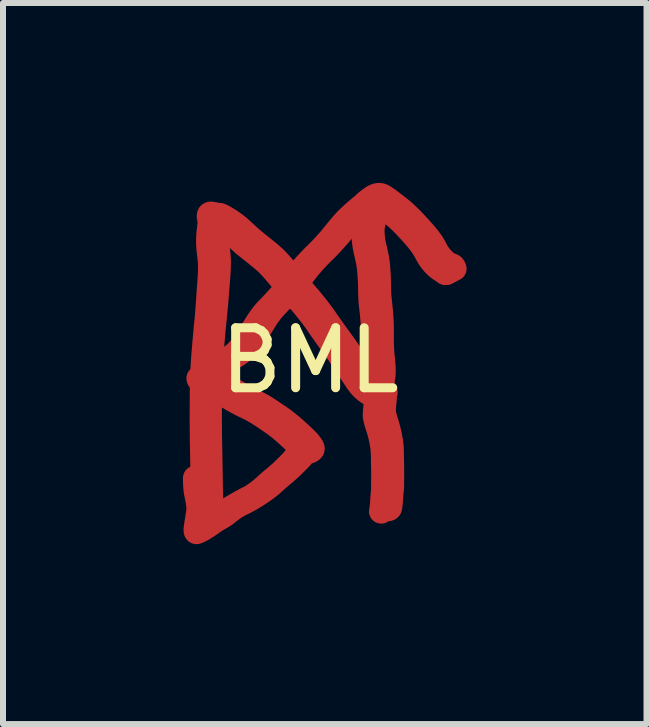
<source format=kicad_pcb>
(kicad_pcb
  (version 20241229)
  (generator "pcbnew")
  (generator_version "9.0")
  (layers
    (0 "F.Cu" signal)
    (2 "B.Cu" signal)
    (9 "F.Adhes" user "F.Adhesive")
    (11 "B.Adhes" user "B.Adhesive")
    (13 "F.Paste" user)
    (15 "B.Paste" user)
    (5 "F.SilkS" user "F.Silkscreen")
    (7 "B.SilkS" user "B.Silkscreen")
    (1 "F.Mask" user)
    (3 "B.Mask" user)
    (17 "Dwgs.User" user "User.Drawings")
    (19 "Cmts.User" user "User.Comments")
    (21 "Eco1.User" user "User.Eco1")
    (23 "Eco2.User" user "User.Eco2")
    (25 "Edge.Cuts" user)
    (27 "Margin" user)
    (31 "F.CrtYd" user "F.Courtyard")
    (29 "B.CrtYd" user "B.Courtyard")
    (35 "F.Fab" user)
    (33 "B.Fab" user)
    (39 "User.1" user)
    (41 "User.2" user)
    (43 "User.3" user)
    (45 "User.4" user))
  (footprint "BML"
    (layer "F.Cu")
    (at 2.117 3.46)
    (property "Reference" "BML" (at 0 -0.5 0) (unlocked yes) (layer "F.SilkS") (effects (font (size 1 1) (thickness 0.15))))
    (attr smd)
    (fp_poly (pts (xy -0.108 1.033) (xy -0.109 1.033) (xy -0.108 1.033)) (stroke (width 0.4) (type solid)) (fill yes) (layer "F.Cu"))
    (fp_poly (pts (xy 1.248 0.007) (xy 1.247 0.006) (xy 1.248 0.006)) (stroke (width 0.4) (type solid)) (fill yes) (layer "F.Cu"))
    (fp_poly (pts (xy 1.019 0.054) (xy 1.019 0.055) (xy 1.019 0.054) (xy 1.019 0.054) (xy 1.018 0.053)) (stroke (width 0.4) (type solid)) (fill yes) (layer "F.Cu"))
    (fp_poly (pts (xy 1.191 0.038) (xy 1.176 0.048) (xy 1.16 0.058) (xy 1.142 0.067) (xy 1.123 0.075) (xy 1.116 0.077) (xy 1.111 0.077) (xy 1.2 0.03)) (stroke (width 0.4) (type solid)) (fill yes) (layer "F.Cu"))
    (fp_poly (pts (xy 1.032 0.061) (xy 1.033 0.061) (xy 1.033 0.061) (xy 1.033 0.061) (xy 1.033 0.061) (xy 1.032 0.061) (xy 1.032 0.061) (xy 1.032 0.061) (xy 1.032 0.061)) (stroke (width 0.4) (type solid)) (fill yes) (layer "F.Cu"))
    (fp_poly (pts (xy 1.019 0.055) (xy 1.021 0.058) (xy 1.023 0.062) (xy 1.024 0.064) (xy 1.024 0.064) (xy 1.024 0.064) (xy 1.024 0.064) (xy 1.023 0.062) (xy 1.021 0.058) (xy 1.019 0.055)) (stroke (width 0.4) (type solid)) (fill yes) (layer "F.Cu"))
    (fp_poly (pts (xy -1.699 -0.271) (xy -1.698 -0.271) (xy -1.697 -0.271) (xy -1.697 -0.27) (xy -1.697 -0.27) (xy -1.699 -0.27) (xy -1.7 -0.269) (xy -1.701 -0.271) (xy -1.701 -0.271) (xy -1.7 -0.271) (xy -1.7 -0.271) (xy -1.699 -0.271)) (stroke (width 0.4) (type solid)) (fill yes) (layer "F.Cu"))
    (fp_poly (pts (xy -1.538 -2.93) (xy -1.533 -2.929) (xy -1.528 -2.927) (xy -1.525 -2.925) (xy -1.522 -2.921) (xy -1.521 -2.919) (xy -1.523 -2.919) (xy -1.529 -2.919) (xy -1.543 -2.922) (xy -1.56 -2.926) (xy -1.561 -2.927) (xy -1.557 -2.928) (xy -1.55 -2.93) (xy -1.544 -2.93)) (stroke (width 0.4) (type solid)) (fill yes) (layer "F.Cu"))
    (fp_poly (pts (xy 1.252 0.01) (xy 1.256 0.015) (xy 1.259 0.02) (xy 1.262 0.026) (xy 1.263 0.031) (xy 1.263 0.036) (xy 1.262 0.042) (xy 1.26 0.047) (xy 1.256 0.052) (xy 1.251 0.056) (xy 1.25 0.057) (xy 1.25 0.052) (xy 1.249 0.029) (xy 1.248 0.007)) (stroke (width 0.4) (type solid)) (fill yes) (layer "F.Cu"))
    (fp_poly (pts (xy 1.031 0.064) (xy 1.031 0.064) (xy 1.032 0.065) (xy 1.032 0.065) (xy 1.032 0.065) (xy 1.032 0.065) (xy 1.032 0.066) (xy 1.032 0.066) (xy 1.032 0.066) (xy 1.032 0.066) (xy 1.032 0.066) (xy 1.032 0.066) (xy 1.031 0.066) (xy 1.031 0.066) (xy 1.031 0.066) (xy 1.031 0.066) (xy 1.03 0.063)) (stroke (width 0.4) (type solid)) (fill yes) (layer "F.Cu"))
    (fp_poly (pts (xy 1.184 -0.016) (xy 1.184 -0.015) (xy 1.184 -0.014) (xy 1.185 -0.013) (xy 1.185 -0.013) (xy 1.185 -0.013) (xy 1.185 -0.013) (xy 1.185 -0.012) (xy 1.185 -0.012) (xy 1.185 -0.012) (xy 1.185 -0.012) (xy 1.185 -0.012) (xy 1.184 -0.012) (xy 1.184 -0.012) (xy 1.184 -0.012) (xy 1.184 -0.012) (xy 1.184 -0.012) (xy 1.183 -0.013) (xy 1.183 -0.013) (xy 1.183 -0.014) (xy 1.181 -0.015) (xy 1.184 -0.016)) (stroke (width 0.4) (type solid)) (fill yes) (layer "F.Cu"))
    (fp_poly (pts (xy 2.255 -1.964) (xy 2.256 -1.961) (xy 2.257 -1.96) (xy 2.257 -1.959) (xy 2.257 -1.958) (xy 2.257 -1.958) (xy 2.257 -1.958) (xy 2.257 -1.958) (xy 2.257 -1.958) (xy 2.257 -1.958) (xy 2.257 -1.958) (xy 2.257 -1.958) (xy 2.257 -1.958) (xy 2.256 -1.958) (xy 2.256 -1.959) (xy 2.256 -1.959) (xy 2.255 -1.96) (xy 2.254 -1.961) (xy 2.253 -1.963) (xy 2.253 -1.963) (xy 2.252 -1.964) (xy 2.254 -1.965)) (stroke (width 0.4) (type solid)) (fill yes) (layer "F.Cu"))
    (fp_poly (pts (xy 1.025 0.046) (xy 1.025 0.046) (xy 1.025 0.046) (xy 1.025 0.046) (xy 1.026 0.048) (xy 1.026 0.048) (xy 1.022 0.05) (xy 1.021 0.05) (xy 1.021 0.05) (xy 1.021 0.05) (xy 1.022 0.049) (xy 1.022 0.049) (xy 1.022 0.049) (xy 1.023 0.048) (xy 1.023 0.048) (xy 1.023 0.047) (xy 1.024 0.047) (xy 1.024 0.047) (xy 1.024 0.046) (xy 1.024 0.046) (xy 1.024 0.046) (xy 1.024 0.046) (xy 1.025 0.046)) (stroke (width 0.4) (type solid)) (fill yes) (layer "F.Cu"))
    (fp_poly (pts (xy 1.197 -0.018) (xy 1.203 -0.017) (xy 1.216 -0.013) (xy 1.229 -0.007) (xy 1.241 0.001) (xy 1.247 0.006) (xy 1.2 0.03) (xy 1.203 0.028) (xy 1.208 0.023) (xy 1.212 0.019) (xy 1.215 0.014) (xy 1.217 0.01) (xy 1.218 0.006) (xy 1.218 0.002) (xy 1.216 -0.001) (xy 1.213 -0.004) (xy 1.209 -0.006) (xy 1.203 -0.008) (xy 1.202 -0.01) (xy 1.202 -0.011) (xy 1.201 -0.012) (xy 1.2 -0.013) (xy 1.2 -0.014) (xy 1.199 -0.015) (xy 1.198 -0.016) (xy 1.198 -0.017) (xy 1.197 -0.018) (xy 1.196 -0.018)) (stroke (width 0.4) (type solid)) (fill yes) (layer "F.Cu"))
    (fp_poly (pts (xy 1.039 0.073) (xy 1.048 0.077) (xy 1.049 0.077) (xy 1.05 0.077) (xy 1.051 0.077) (xy 1.052 0.078) (xy 1.052 0.078) (xy 1.052 0.078) (xy 1.052 0.078) (xy 1.052 0.078) (xy 1.053 0.078) (xy 1.053 0.078) (xy 1.053 0.078) (xy 1.053 0.077) (xy 1.053 0.077) (xy 1.053 0.077) (xy 1.053 0.077) (xy 1.053 0.077) (xy 1.053 0.077) (xy 1.053 0.077) (xy 1.053 0.076) (xy 1.053 0.076) (xy 1.053 0.076) (xy 1.053 0.076) (xy 1.053 0.075) (xy 1.052 0.075) (xy 1.052 0.074) (xy 1.082 0.076) (xy 1.11 0.077) (xy 1.111 0.077) (xy 1.102 0.081) (xy 1.087 0.085) (xy 1.078 0.086) (xy 1.07 0.087) (xy 1.062 0.087) (xy 1.055 0.086) (xy 1.049 0.084) (xy 1.043 0.082) (xy 1.038 0.078) (xy 1.034 0.074) (xy 1.034 0.074) (xy 1.033 0.074) (xy 1.033 0.073) (xy 1.033 0.073) (xy 1.033 0.073) (xy 1.032 0.073) (xy 1.032 0.072) (xy 1.032 0.072) (xy 1.032 0.071) (xy 1.032 0.071) (xy 1.031 0.07)) (stroke (width 0.4) (type solid)) (fill yes) (layer "F.Cu"))
    (fp_poly (pts (xy -1.5 -2.925) (xy -1.499 -2.925) (xy -1.498 -2.925) (xy -1.497 -2.925) (xy -1.496 -2.924) (xy -1.495 -2.924) (xy -1.494 -2.923) (xy -1.491 -2.922) (xy -1.489 -2.921) (xy -1.483 -2.919) (xy -1.477 -2.917) (xy -1.472 -2.915) (xy -1.466 -2.912) (xy -1.455 -2.907) (xy -1.444 -2.901) (xy -1.434 -2.896) (xy -1.423 -2.89) (xy -1.402 -2.877) (xy -1.378 -2.863) (xy -1.354 -2.849) (xy -1.331 -2.834) (xy -1.308 -2.818) (xy -1.286 -2.802) (xy -1.263 -2.786) (xy -1.241 -2.77) (xy -1.219 -2.753) (xy -1.186 -2.726) (xy -1.154 -2.698) (xy -1.122 -2.669) (xy -1.091 -2.64) (xy -1.028 -2.582) (xy -0.996 -2.553) (xy -0.964 -2.525) (xy -0.915 -2.484) (xy -0.866 -2.444) (xy -0.767 -2.365) (xy -0.718 -2.325) (xy -0.669 -2.285) (xy -0.621 -2.243) (xy -0.574 -2.201) (xy -0.52 -2.143) (xy -0.467 -2.084) (xy -0.416 -2.024) (xy -0.365 -1.964) (xy -0.273 -1.85) (xy -0.294 -1.823) (xy -0.357 -1.744) (xy -0.375 -1.721) (xy -0.405 -1.757) (xy -0.504 -1.879) (xy -0.555 -1.94) (xy -0.606 -1.999) (xy -0.659 -2.058) (xy -0.686 -2.086) (xy -0.713 -2.115) (xy -0.761 -2.157) (xy -0.809 -2.198) (xy -0.858 -2.238) (xy -0.907 -2.278) (xy -1.007 -2.357) (xy -1.056 -2.397) (xy -1.106 -2.437) (xy -1.137 -2.465) (xy -1.169 -2.494) (xy -1.232 -2.552) (xy -1.264 -2.58) (xy -1.296 -2.608) (xy -1.328 -2.636) (xy -1.361 -2.663) (xy -1.383 -2.68) (xy -1.405 -2.696) (xy -1.428 -2.712) (xy -1.451 -2.727) (xy -1.474 -2.742) (xy -1.497 -2.757) (xy -1.52 -2.771) (xy -1.53 -2.777) (xy -1.526 -2.81) (xy -1.524 -2.832) (xy -1.522 -2.854) (xy -1.521 -2.869) (xy -1.52 -2.885) (xy -1.52 -2.893) (xy -1.52 -2.901) (xy -1.52 -2.908) (xy -1.52 -2.916) (xy -1.521 -2.919) (xy -1.517 -2.919) (xy -1.512 -2.921) (xy -1.508 -2.923) (xy -1.507 -2.923) (xy -1.507 -2.923) (xy -1.506 -2.924) (xy -1.505 -2.924) (xy -1.505 -2.924) (xy -1.504 -2.924) (xy -1.504 -2.925) (xy -1.503 -2.925) (xy -1.502 -2.925) (xy -1.502 -2.925) (xy -1.501 -2.925) (xy -1.501 -2.925)) (stroke (width 0.4) (type solid)) (fill yes) (layer "F.Cu"))
    (fp_poly (pts (xy -1.799 -0.192) (xy -1.8 -0.177) (xy -1.805 -0.175) (xy -1.811 -0.173) (xy -1.817 -0.172) (xy -1.823 -0.17) (xy -1.826 -0.17) (xy -1.829 -0.17) (xy -1.832 -0.17) (xy -1.835 -0.17) (xy -1.838 -0.17) (xy -1.841 -0.171) (xy -1.843 -0.172) (xy -1.846 -0.174) (xy -1.848 -0.176) (xy -1.849 -0.178) (xy -1.851 -0.18) (xy -1.852 -0.181) (xy -1.852 -0.182) (xy -1.853 -0.183) (xy -1.853 -0.184) (xy -1.854 -0.185) (xy -1.854 -0.186) (xy -1.854 -0.186) (xy -1.855 -0.187) (xy -1.855 -0.188) (xy -1.855 -0.189) (xy -1.855 -0.189) (xy -1.855 -0.19) (xy -1.855 -0.191) (xy -1.854 -0.191) (xy -1.854 -0.191) (xy -1.854 -0.19) (xy -1.853 -0.19) (xy -1.852 -0.189) (xy -1.852 -0.188) (xy -1.851 -0.188) (xy -1.85 -0.187) (xy -1.849 -0.187) (xy -1.849 -0.186) (xy -1.848 -0.186) (xy -1.847 -0.186) (xy -1.846 -0.185) (xy -1.845 -0.185) (xy -1.844 -0.185) (xy -1.843 -0.185) (xy -1.842 -0.185) (xy -1.841 -0.185) (xy -1.84 -0.185) (xy -1.837 -0.185) (xy -1.835 -0.186) (xy -1.834 -0.186) (xy -1.833 -0.186) (xy -1.832 -0.187) (xy -1.832 -0.187) (xy -1.831 -0.188) (xy -1.831 -0.189) (xy -1.831 -0.189) (xy -1.831 -0.19) (xy -1.831 -0.191) (xy -1.831 -0.192) (xy -1.831 -0.192) (xy -1.831 -0.193) (xy -1.832 -0.194) (xy -1.832 -0.195) (xy -1.833 -0.196) (xy -1.833 -0.197) (xy -1.834 -0.197) (xy -1.834 -0.198) (xy -1.835 -0.199) (xy -1.836 -0.199) (xy -1.837 -0.2) (xy -1.837 -0.201) (xy -1.838 -0.201) (xy -1.839 -0.201) (xy -1.84 -0.202) (xy -1.841 -0.202) (xy -1.842 -0.202) (xy -1.842 -0.202) (xy -1.843 -0.202) (xy -1.844 -0.202) (xy -1.845 -0.201) (xy -1.845 -0.201) (xy -1.847 -0.2) (xy -1.848 -0.199) (xy -1.849 -0.198) (xy -1.85 -0.198) (xy -1.851 -0.197) (xy -1.851 -0.196) (xy -1.852 -0.195) (xy -1.853 -0.194) (xy -1.853 -0.194) (xy -1.854 -0.193) (xy -1.854 -0.192) (xy -1.854 -0.192) (xy -1.854 -0.191) (xy -1.855 -0.192) (xy -1.855 -0.193) (xy -1.856 -0.194) (xy -1.856 -0.195) (xy -1.857 -0.196) (xy -1.857 -0.197) (xy -1.858 -0.198) (xy -1.859 -0.201) (xy -1.859 -0.204) (xy -1.858 -0.205) (xy -1.857 -0.206) (xy -1.856 -0.208) (xy -1.855 -0.209) (xy -1.854 -0.21) (xy -1.852 -0.211) (xy -1.851 -0.212) (xy -1.85 -0.213) (xy -1.847 -0.214) (xy -1.844 -0.216) (xy -1.838 -0.22) (xy -1.797 -0.244)) (stroke (width 0.4) (type solid)) (fill yes) (layer "F.Cu"))
    (fp_poly (pts (xy -1.639 -2.948) (xy -1.631 -2.947) (xy -1.613 -2.943) (xy -1.595 -2.938) (xy -1.561 -2.927) (xy -1.564 -2.926) (xy -1.571 -2.924) (xy -1.586 -2.917) (xy -1.602 -2.908) (xy -1.617 -2.899) (xy -1.631 -2.888) (xy -1.643 -2.876) (xy -1.649 -2.871) (xy -1.653 -2.865) (xy -1.657 -2.859) (xy -1.66 -2.854) (xy -1.663 -2.848) (xy -1.664 -2.843) (xy -1.664 -2.839) (xy -1.663 -2.834) (xy -1.661 -2.83) (xy -1.658 -2.827) (xy -1.653 -2.824) (xy -1.646 -2.821) (xy -1.646 -2.821) (xy -1.645 -2.821) (xy -1.645 -2.821) (xy -1.644 -2.821) (xy -1.644 -2.821) (xy -1.643 -2.821) (xy -1.642 -2.821) (xy -1.641 -2.821) (xy -1.64 -2.821) (xy -1.639 -2.821) (xy -1.638 -2.822) (xy -1.634 -2.823) (xy -1.633 -2.823) (xy -1.632 -2.823) (xy -1.631 -2.823) (xy -1.63 -2.824) (xy -1.624 -2.822) (xy -1.619 -2.82) (xy -1.613 -2.819) (xy -1.608 -2.817) (xy -1.602 -2.814) (xy -1.597 -2.812) (xy -1.586 -2.807) (xy -1.575 -2.802) (xy -1.565 -2.796) (xy -1.544 -2.785) (xy -1.53 -2.777) (xy -1.532 -2.766) (xy -1.537 -2.722) (xy -1.54 -2.7) (xy -1.542 -2.678) (xy -1.545 -2.65) (xy -1.546 -2.622) (xy -1.547 -2.594) (xy -1.548 -2.565) (xy -1.548 -2.537) (xy -1.547 -2.509) (xy -1.545 -2.481) (xy -1.543 -2.452) (xy -1.536 -2.382) (xy -1.529 -2.313) (xy -1.522 -2.243) (xy -1.52 -2.208) (xy -1.517 -2.173) (xy -1.517 -2.123) (xy -1.518 -2.073) (xy -1.52 -2.024) (xy -1.522 -1.974) (xy -1.529 -1.876) (xy -1.537 -1.777) (xy -1.55 -1.607) (xy -1.564 -1.437) (xy -1.58 -1.267) (xy -1.597 -1.098) (xy -1.619 -0.86) (xy -1.639 -0.621) (xy -1.647 -0.502) (xy -1.653 -0.389) (xy -1.769 -0.323) (xy -1.744 -0.275) (xy -1.76 -0.266) (xy -1.778 -0.255) (xy -1.797 -0.244) (xy -1.795 -0.312) (xy -1.794 -0.323) (xy -1.769 -0.323) (xy -1.769 -0.323) (xy -1.769 -0.323) (xy -1.769 -0.323) (xy -1.794 -0.323) (xy -1.788 -0.431) (xy -1.78 -0.55) (xy -1.76 -0.789) (xy -1.739 -1.027) (xy -1.722 -1.196) (xy -1.708 -1.365) (xy -1.696 -1.534) (xy -1.685 -1.703) (xy -1.677 -1.801) (xy -1.671 -1.899) (xy -1.668 -1.949) (xy -1.667 -1.998) (xy -1.666 -2.047) (xy -1.666 -2.096) (xy -1.668 -2.131) (xy -1.671 -2.166) (xy -1.678 -2.236) (xy -1.686 -2.305) (xy -1.693 -2.374) (xy -1.695 -2.403) (xy -1.697 -2.431) (xy -1.698 -2.46) (xy -1.698 -2.489) (xy -1.698 -2.517) (xy -1.697 -2.546) (xy -1.696 -2.574) (xy -1.694 -2.603) (xy -1.674 -2.778) (xy -1.673 -2.793) (xy -1.673 -2.8) (xy -1.673 -2.808) (xy -1.672 -2.815) (xy -1.672 -2.822) (xy -1.673 -2.83) (xy -1.673 -2.837) (xy -1.679 -2.856) (xy -1.683 -2.872) (xy -1.686 -2.886) (xy -1.687 -2.899) (xy -1.687 -2.91) (xy -1.686 -2.92) (xy -1.684 -2.927) (xy -1.681 -2.934) (xy -1.678 -2.939) (xy -1.673 -2.943) (xy -1.667 -2.946) (xy -1.661 -2.948) (xy -1.654 -2.949) (xy -1.647 -2.949)) (stroke (width 0.4) (type solid)) (fill yes) (layer "F.Cu"))
    (fp_poly (pts (xy -0.215 -1.78) (xy -0.165 -1.72) (xy -0.11 -1.661) (xy -0.058 -1.602) (xy -0.006 -1.542) (xy 0.045 -1.48) (xy 0.095 -1.419) (xy 0.144 -1.356) (xy 0.192 -1.292) (xy 0.239 -1.228) (xy 0.284 -1.162) (xy 0.33 -1.096) (xy 0.423 -0.965) (xy 0.612 -0.704) (xy 0.652 -0.644) (xy 0.692 -0.584) (xy 0.771 -0.462) (xy 0.81 -0.402) (xy 0.85 -0.341) (xy 0.891 -0.281) (xy 0.933 -0.223) (xy 0.943 -0.21) (xy 0.953 -0.197) (xy 0.963 -0.184) (xy 0.974 -0.172) (xy 0.985 -0.16) (xy 0.996 -0.148) (xy 1.007 -0.137) (xy 1.019 -0.126) (xy 1.03 -0.115) (xy 1.042 -0.104) (xy 1.055 -0.094) (xy 1.06 -0.09) (xy 1.056 -0.074) (xy 1.05 -0.048) (xy 1.043 -0.023) (xy 1.04 -0.01) (xy 1.036 0.002) (xy 1.034 0.008) (xy 1.032 0.014) (xy 1.03 0.02) (xy 1.027 0.025) (xy 1.023 0.031) (xy 1.021 0.037) (xy 1.019 0.043) (xy 1.018 0.047) (xy 1.021 0.05) (xy 1.021 0.05) (xy 1.021 0.05) (xy 1.021 0.05) (xy 1.021 0.05) (xy 1.021 0.05) (xy 1.022 0.05) (xy 1.022 0.05) (xy 1.022 0.05) (xy 1.022 0.05) (xy 1.025 0.052) (xy 1.028 0.053) (xy 1.028 0.053) (xy 1.03 0.058) (xy 1.031 0.06) (xy 1.032 0.061) (xy 1.027 0.063) (xy 1.028 0.064) (xy 1.029 0.064) (xy 1.03 0.065) (xy 1.03 0.065) (xy 1.031 0.065) (xy 1.031 0.066) (xy 1.031 0.066) (xy 1.031 0.067) (xy 1.031 0.068) (xy 1.031 0.068) (xy 1.031 0.069) (xy 1.031 0.07) (xy 1.031 0.07) (xy 1.03 0.07) (xy 1.021 0.066) (xy 1.013 0.062) (xy 1.004 0.058) (xy 0.995 0.054) (xy 0.987 0.049) (xy 0.978 0.044) (xy 0.975 0.042) (xy 1.013 0.042) (xy 1.018 0.052) (xy 1.018 0.052) (xy 1.018 0.055) (xy 1.02 0.061) (xy 1.022 0.066) (xy 1.027 0.063) (xy 1.027 0.063) (xy 1.026 0.062) (xy 1.026 0.062) (xy 1.025 0.061) (xy 1.024 0.061) (xy 1.024 0.06) (xy 1.023 0.06) (xy 1.023 0.059) (xy 1.022 0.058) (xy 1.022 0.058) (xy 1.021 0.057) (xy 1.021 0.056) (xy 1.02 0.056) (xy 1.02 0.055) (xy 1.019 0.055) (xy 1.019 0.054) (xy 1.018 0.052) (xy 1.018 0.049) (xy 1.018 0.047) (xy 1.017 0.046) (xy 1.013 0.042) (xy 0.975 0.042) (xy 0.964 0.035) (xy 0.951 0.026) (xy 0.938 0.016) (xy 0.925 0.006) (xy 0.912 -0.005) (xy 0.9 -0.015) (xy 0.888 -0.027) (xy 0.876 -0.038) (xy 0.864 -0.05) (xy 0.853 -0.062) (xy 0.842 -0.074) (xy 0.831 -0.086) (xy 0.821 -0.099) (xy 0.811 -0.112) (xy 0.801 -0.125) (xy 0.791 -0.138) (xy 0.471 -0.621) (xy 0.283 -0.882) (xy 0.19 -1.013) (xy 0.099 -1.146) (xy 0.052 -1.21) (xy 0.004 -1.273) (xy -0.045 -1.335) (xy -0.095 -1.397) (xy -0.146 -1.458) (xy -0.198 -1.518) (xy -0.25 -1.577) (xy -0.304 -1.636) (xy -0.328 -1.664) (xy -0.303 -1.691) (xy -0.269 -1.73) (xy -0.236 -1.769) (xy -0.222 -1.788)) (stroke (width 0.4) (type solid)) (fill yes) (layer "F.Cu"))
    (fp_poly (pts (xy 1.25 0.075) (xy 1.249 0.098) (xy 1.249 0.121) (xy 1.247 0.144) (xy 1.246 0.167) (xy 1.244 0.19) (xy 1.236 0.27) (xy 1.235 0.29) (xy 1.234 0.31) (xy 1.233 0.331) (xy 1.233 0.351) (xy 1.235 0.363) (xy 1.236 0.376) (xy 1.239 0.388) (xy 1.241 0.4) (xy 1.246 0.425) (xy 1.253 0.449) (xy 1.26 0.473) (xy 1.267 0.497) (xy 1.282 0.545) (xy 1.294 0.583) (xy 1.304 0.621) (xy 1.314 0.659) (xy 1.323 0.697) (xy 1.332 0.736) (xy 1.339 0.775) (xy 1.346 0.813) (xy 1.353 0.852) (xy 1.358 0.886) (xy 1.361 0.92) (xy 1.364 0.954) (xy 1.365 0.988) (xy 1.366 1.022) (xy 1.367 1.056) (xy 1.368 1.125) (xy 1.371 1.249) (xy 1.371 1.311) (xy 1.372 1.373) (xy 1.37 1.565) (xy 1.37 1.618) (xy 1.37 1.624) (xy 1.369 1.631) (xy 1.369 1.637) (xy 1.368 1.643) (xy 1.366 1.655) (xy 1.364 1.667) (xy 1.362 1.686) (xy 1.361 1.704) (xy 1.358 1.742) (xy 1.353 1.816) (xy 1.351 1.841) (xy 1.349 1.866) (xy 1.346 1.891) (xy 1.343 1.916) (xy 1.343 1.921) (xy 1.342 1.923) (xy 1.342 1.925) (xy 1.342 1.927) (xy 1.341 1.93) (xy 1.341 1.932) (xy 1.34 1.933) (xy 1.34 1.934) (xy 1.34 1.94) (xy 1.34 1.946) (xy 1.339 1.951) (xy 1.338 1.956) (xy 1.336 1.96) (xy 1.334 1.964) (xy 1.332 1.967) (xy 1.329 1.97) (xy 1.326 1.973) (xy 1.323 1.975) (xy 1.32 1.976) (xy 1.316 1.978) (xy 1.312 1.979) (xy 1.309 1.98) (xy 1.304 1.98) (xy 1.3 1.98) (xy 1.296 1.98) (xy 1.291 1.98) (xy 1.287 1.979) (xy 1.282 1.978) (xy 1.273 1.976) (xy 1.265 1.972) (xy 1.256 1.969) (xy 1.252 1.966) (xy 1.249 1.969) (xy 1.245 1.974) (xy 1.241 1.979) (xy 1.237 1.983) (xy 1.233 1.987) (xy 1.229 1.991) (xy 1.225 1.994) (xy 1.222 1.998) (xy 1.219 2.001) (xy 1.215 2.003) (xy 1.212 2.006) (xy 1.209 2.008) (xy 1.207 2.01) (xy 1.204 2.012) (xy 1.202 2.014) (xy 1.199 2.016) (xy 1.197 2.017) (xy 1.195 2.018) (xy 1.193 2.019) (xy 1.192 2.019) (xy 1.19 2.02) (xy 1.189 2.02) (xy 1.188 2.02) (xy 1.187 2.02) (xy 1.187 2.02) (xy 1.187 2.02) (xy 1.186 2.019) (xy 1.186 2.019) (xy 1.186 2.019) (xy 1.185 2.018) (xy 1.185 2.018) (xy 1.185 2.018) (xy 1.185 2.017) (xy 1.185 2.016) (xy 1.185 2.015) (xy 1.186 2.013) (xy 1.186 2.012) (xy 1.186 2.01) (xy 1.186 2.009) (xy 1.186 2.008) (xy 1.186 2.007) (xy 1.186 2.005) (xy 1.187 2.004) (xy 1.187 2.002) (xy 1.188 1.999) (xy 1.188 1.997) (xy 1.189 1.992) (xy 1.191 1.979) (xy 1.193 1.967) (xy 1.195 1.955) (xy 1.234 1.955) (xy 1.241 1.96) (xy 1.248 1.964) (xy 1.252 1.966) (xy 1.254 1.964) (xy 1.254 1.964) (xy 1.254 1.963) (xy 1.254 1.963) (xy 1.254 1.963) (xy 1.254 1.962) (xy 1.254 1.962) (xy 1.254 1.961) (xy 1.254 1.961) (xy 1.253 1.961) (xy 1.253 1.96) (xy 1.252 1.96) (xy 1.252 1.96) (xy 1.251 1.959) (xy 1.249 1.958) (xy 1.248 1.957) (xy 1.246 1.957) (xy 1.243 1.956) (xy 1.241 1.955) (xy 1.239 1.954) (xy 1.238 1.954) (xy 1.238 1.953) (xy 1.237 1.953) (xy 1.234 1.955) (xy 1.195 1.955) (xy 1.195 1.954) (xy 1.196 1.942) (xy 1.199 1.917) (xy 1.201 1.892) (xy 1.204 1.855) (xy 1.206 1.818) (xy 1.208 1.78) (xy 1.21 1.762) (xy 1.211 1.743) (xy 1.214 1.72) (xy 1.214 1.714) (xy 1.215 1.708) (xy 1.216 1.702) (xy 1.217 1.696) (xy 1.219 1.642) (xy 1.22 1.546) (xy 1.221 1.45) (xy 1.221 1.388) (xy 1.221 1.326) (xy 1.218 1.201) (xy 1.217 1.134) (xy 1.217 1.1) (xy 1.216 1.066) (xy 1.214 1.032) (xy 1.212 0.998) (xy 1.209 0.964) (xy 1.205 0.931) (xy 1.198 0.892) (xy 1.192 0.854) (xy 1.184 0.815) (xy 1.176 0.777) (xy 1.167 0.739) (xy 1.157 0.701) (xy 1.146 0.664) (xy 1.134 0.626) (xy 1.119 0.578) (xy 1.111 0.553) (xy 1.104 0.529) (xy 1.097 0.504) (xy 1.091 0.479) (xy 1.086 0.454) (xy 1.083 0.441) (xy 1.082 0.429) (xy 1.081 0.418) (xy 1.081 0.408) (xy 1.082 0.388) (xy 1.083 0.367) (xy 1.084 0.347) (xy 1.092 0.266) (xy 1.096 0.22) (xy 1.097 0.198) (xy 1.098 0.175) (xy 1.099 0.152) (xy 1.099 0.13) (xy 1.098 0.107) (xy 1.097 0.084) (xy 1.097 0.084) (xy 1.097 0.084) (xy 1.097 0.084) (xy 1.097 0.084) (xy 1.097 0.084) (xy 1.097 0.084) (xy 1.097 0.084) (xy 1.097 0.084) (xy 1.102 0.081) (xy 1.105 0.081) (xy 1.116 0.077) (xy 1.135 0.077) (xy 1.158 0.077) (xy 1.178 0.076) (xy 1.195 0.074) (xy 1.21 0.071) (xy 1.223 0.068) (xy 1.234 0.065) (xy 1.243 0.061) (xy 1.25 0.057)) (stroke (width 0.4) (type solid)) (fill yes) (layer "F.Cu"))
    (fp_poly (pts (xy 1.16 -3.26) (xy 1.169 -3.259) (xy 1.179 -3.258) (xy 1.188 -3.255) (xy 1.19 -3.255) (xy 1.192 -3.254) (xy 1.196 -3.253) (xy 1.2 -3.251) (xy 1.204 -3.25) (xy 1.212 -3.246) (xy 1.216 -3.244) (xy 1.219 -3.243) (xy 1.237 -3.232) (xy 1.254 -3.221) (xy 1.272 -3.21) (xy 1.289 -3.198) (xy 1.322 -3.175) (xy 1.355 -3.15) (xy 1.485 -3.049) (xy 1.509 -3.03) (xy 1.532 -3.011) (xy 1.555 -2.992) (xy 1.578 -2.972) (xy 1.622 -2.931) (xy 1.665 -2.889) (xy 1.707 -2.847) (xy 1.748 -2.803) (xy 1.83 -2.715) (xy 1.884 -2.655) (xy 1.911 -2.624) (xy 1.937 -2.593) (xy 1.963 -2.562) (xy 1.988 -2.53) (xy 2.012 -2.498) (xy 2.035 -2.465) (xy 2.045 -2.45) (xy 2.054 -2.435) (xy 2.063 -2.42) (xy 2.071 -2.405) (xy 2.088 -2.374) (xy 2.105 -2.343) (xy 2.11 -2.333) (xy 2.115 -2.324) (xy 2.121 -2.314) (xy 2.126 -2.304) (xy 2.132 -2.295) (xy 2.138 -2.286) (xy 2.145 -2.277) (xy 2.151 -2.267) (xy 2.164 -2.25) (xy 2.178 -2.232) (xy 2.192 -2.215) (xy 2.207 -2.198) (xy 2.221 -2.184) (xy 2.235 -2.17) (xy 2.25 -2.156) (xy 2.257 -2.15) (xy 2.265 -2.143) (xy 2.273 -2.137) (xy 2.281 -2.131) (xy 2.289 -2.125) (xy 2.297 -2.119) (xy 2.305 -2.113) (xy 2.313 -2.108) (xy 2.322 -2.103) (xy 2.331 -2.098) (xy 2.335 -2.096) (xy 2.338 -2.095) (xy 2.342 -2.094) (xy 2.346 -2.093) (xy 2.361 -2.089) (xy 2.365 -2.087) (xy 2.369 -2.086) (xy 2.373 -2.085) (xy 2.376 -2.083) (xy 2.38 -2.081) (xy 2.381 -2.08) (xy 2.383 -2.079) (xy 2.385 -2.078) (xy 2.386 -2.077) (xy 2.388 -2.075) (xy 2.389 -2.074) (xy 2.391 -2.072) (xy 2.392 -2.071) (xy 2.393 -2.069) (xy 2.394 -2.067) (xy 2.395 -2.066) (xy 2.397 -2.064) (xy 2.399 -2.06) (xy 2.401 -2.057) (xy 2.403 -2.053) (xy 2.404 -2.049) (xy 2.406 -2.045) (xy 2.408 -2.041) (xy 2.409 -2.039) (xy 2.41 -2.037) (xy 2.41 -2.035) (xy 2.411 -2.033) (xy 2.411 -2.032) (xy 2.411 -2.031) (xy 2.412 -2.03) (xy 2.412 -2.029) (xy 2.412 -2.028) (xy 2.412 -2.028) (xy 2.412 -2.028) (xy 2.412 -2.028) (xy 2.411 -2.028) (xy 2.286 -1.961) (xy 2.302 -1.976) (xy 2.306 -1.979) (xy 2.306 -1.98) (xy 2.306 -1.98) (xy 2.306 -1.98) (xy 2.305 -1.98) (xy 2.304 -1.978) (xy 2.298 -1.974) (xy 2.288 -1.968) (xy 2.276 -1.959) (xy 2.272 -1.958) (xy 2.323 -1.993) (xy 2.348 -2.011) (xy 2.365 -2.024) (xy 2.369 -2.028) (xy 2.369 -2.029) (xy 2.369 -2.03) (xy 2.365 -2.029) (xy 2.355 -2.024) (xy 2.34 -2.016) (xy 2.318 -2.003) (xy 2.254 -1.965) (xy 2.254 -1.967) (xy 2.252 -1.97) (xy 2.251 -1.972) (xy 2.25 -1.974) (xy 2.249 -1.975) (xy 2.248 -1.977) (xy 2.248 -1.978) (xy 2.247 -1.979) (xy 2.246 -1.981) (xy 2.245 -1.982) (xy 2.244 -1.983) (xy 2.24 -1.985) (xy 2.237 -1.987) (xy 2.234 -1.988) (xy 2.23 -1.989) (xy 2.227 -1.991) (xy 2.223 -1.992) (xy 2.215 -1.994) (xy 2.208 -1.996) (xy 2.205 -1.997) (xy 2.201 -1.998) (xy 2.197 -1.999) (xy 2.194 -2.001) (xy 2.191 -2.003) (xy 2.189 -2.004) (xy 2.188 -2.005) (xy 2.179 -2.011) (xy 2.17 -2.016) (xy 2.162 -2.022) (xy 2.154 -2.028) (xy 2.145 -2.034) (xy 2.137 -2.04) (xy 2.129 -2.047) (xy 2.121 -2.054) (xy 2.113 -2.06) (xy 2.106 -2.067) (xy 2.091 -2.081) (xy 2.076 -2.096) (xy 2.062 -2.111) (xy 2.047 -2.128) (xy 2.033 -2.145) (xy 2.019 -2.163) (xy 2.005 -2.182) (xy 1.992 -2.2) (xy 1.98 -2.219) (xy 1.968 -2.239) (xy 1.962 -2.249) (xy 1.957 -2.259) (xy 1.924 -2.319) (xy 1.916 -2.335) (xy 1.907 -2.349) (xy 1.899 -2.364) (xy 1.889 -2.379) (xy 1.867 -2.412) (xy 1.843 -2.444) (xy 1.819 -2.476) (xy 1.794 -2.508) (xy 1.768 -2.539) (xy 1.742 -2.569) (xy 1.716 -2.599) (xy 1.689 -2.629) (xy 1.608 -2.717) (xy 1.567 -2.76) (xy 1.524 -2.803) (xy 1.481 -2.844) (xy 1.46 -2.865) (xy 1.437 -2.884) (xy 1.415 -2.904) (xy 1.392 -2.923) (xy 1.368 -2.942) (xy 1.345 -2.96) (xy 1.215 -3.059) (xy 1.182 -3.083) (xy 1.149 -3.106) (xy 1.147 -3.107) (xy 1.146 -3.101) (xy 1.143 -3.087) (xy 1.14 -3.072) (xy 1.136 -3.058) (xy 1.131 -3.037) (xy 1.125 -3.017) (xy 1.113 -2.976) (xy 1.088 -2.895) (xy 1.079 -2.863) (xy 1.071 -2.832) (xy 1.063 -2.8) (xy 1.056 -2.769) (xy 1.051 -2.737) (xy 1.049 -2.721) (xy 1.047 -2.705) (xy 1.045 -2.689) (xy 1.045 -2.672) (xy 1.044 -2.656) (xy 1.044 -2.64) (xy 1.046 -2.606) (xy 1.049 -2.571) (xy 1.053 -2.537) (xy 1.057 -2.503) (xy 1.062 -2.469) (xy 1.069 -2.435) (xy 1.076 -2.401) (xy 1.084 -2.368) (xy 1.1 -2.301) (xy 1.107 -2.268) (xy 1.114 -2.234) (xy 1.121 -2.2) (xy 1.126 -2.167) (xy 1.131 -2.133) (xy 1.135 -2.099) (xy 1.141 -2.024) (xy 1.146 -1.948) (xy 1.15 -1.873) (xy 1.151 -1.798) (xy 1.153 -1.721) (xy 1.155 -1.644) (xy 1.157 -1.606) (xy 1.159 -1.567) (xy 1.163 -1.529) (xy 1.167 -1.491) (xy 1.175 -1.418) (xy 1.182 -1.346) (xy 1.189 -1.274) (xy 1.194 -1.201) (xy 1.198 -1.118) (xy 1.2 -1.035) (xy 1.2 -0.952) (xy 1.2 -0.869) (xy 1.2 -0.8) (xy 1.202 -0.731) (xy 1.204 -0.697) (xy 1.205 -0.662) (xy 1.208 -0.628) (xy 1.211 -0.593) (xy 1.223 -0.47) (xy 1.228 -0.408) (xy 1.23 -0.377) (xy 1.231 -0.346) (xy 1.231 -0.324) (xy 1.23 -0.302) (xy 1.229 -0.281) (xy 1.228 -0.259) (xy 1.226 -0.238) (xy 1.223 -0.216) (xy 1.219 -0.195) (xy 1.215 -0.174) (xy 1.21 -0.148) (xy 1.204 -0.122) (xy 1.197 -0.097) (xy 1.191 -0.071) (xy 1.186 -0.05) (xy 1.185 -0.047) (xy 1.184 -0.044) (xy 1.183 -0.041) (xy 1.182 -0.039) (xy 1.181 -0.037) (xy 1.18 -0.036) (xy 1.18 -0.035) (xy 1.179 -0.034) (xy 1.179 -0.034) (xy 1.178 -0.033) (xy 1.179 -0.033) (xy 1.18 -0.031) (xy 1.18 -0.029) (xy 1.181 -0.028) (xy 1.181 -0.027) (xy 1.181 -0.026) (xy 1.181 -0.024) (xy 1.181 -0.023) (xy 1.181 -0.023) (xy 1.181 -0.023) (xy 1.186 -0.022) (xy 1.19 -0.02) (xy 1.191 -0.02) (xy 1.192 -0.02) (xy 1.192 -0.02) (xy 1.193 -0.02) (xy 1.193 -0.02) (xy 1.194 -0.019) (xy 1.194 -0.019) (xy 1.195 -0.019) (xy 1.195 -0.019) (xy 1.196 -0.018) (xy 1.196 -0.018) (xy 1.196 -0.018) (xy 1.191 -0.018) (xy 1.186 -0.017) (xy 1.184 -0.016) (xy 1.183 -0.017) (xy 1.183 -0.018) (xy 1.182 -0.019) (xy 1.181 -0.02) (xy 1.181 -0.021) (xy 1.18 -0.022) (xy 1.18 -0.021) (xy 1.179 -0.021) (xy 1.178 -0.02) (xy 1.168 -0.014) (xy 1.167 -0.013) (xy 1.161 -0.006) (xy 1.153 0.001) (xy 1.143 0.01) (xy 1.132 0.018) (xy 1.12 0.026) (xy 1.107 0.034) (xy 1.093 0.041) (xy 1.086 0.044) (xy 1.079 0.047) (xy 1.073 0.05) (xy 1.066 0.052) (xy 1.059 0.054) (xy 1.053 0.055) (xy 1.047 0.056) (xy 1.041 0.056) (xy 1.032 0.061) (xy 1.032 0.06) (xy 1.032 0.059) (xy 1.031 0.058) (xy 1.031 0.057) (xy 1.031 0.056) (xy 1.03 0.055) (xy 1.029 0.054) (xy 1.028 0.053) (xy 1.027 0.051) (xy 1.026 0.049) (xy 1.026 0.048) (xy 1.026 0.048) (xy 1.027 0.05) (xy 1.029 0.053) (xy 1.029 0.054) (xy 1.03 0.054) (xy 1.035 0.055) (xy 1.041 0.056) (xy 1.041 0.056) (xy 1.1 0.023) (xy 1.139 0.002) (xy 1.168 -0.014) (xy 1.169 -0.015) (xy 1.17 -0.018) (xy 1.17 -0.02) (xy 1.17 -0.021) (xy 1.096 0.015) (xy 1.059 0.033) (xy 1.026 0.048) (xy 1.026 0.048) (xy 1.026 0.048) (xy 1.026 0.047) (xy 1.026 0.044) (xy 1.026 0.041) (xy 1.026 0.038) (xy 1.027 0.035) (xy 1.027 0.032) (xy 1.028 0.029) (xy 1.029 0.026) (xy 1.03 0.02) (xy 1.03 0.02) (xy 1.031 0.019) (xy 1.036 0.013) (xy 1.042 0.007) (xy 1.048 0.001) (xy 1.054 -0.005) (xy 1.061 -0.01) (xy 1.068 -0.015) (xy 1.076 -0.02) (xy 1.084 -0.024) (xy 1.092 -0.028) (xy 1.099 -0.032) (xy 1.107 -0.035) (xy 1.115 -0.038) (xy 1.123 -0.04) (xy 1.13 -0.042) (xy 1.132 -0.042) (xy 1.138 -0.039) (xy 1.146 -0.036) (xy 1.155 -0.032) (xy 1.164 -0.029) (xy 1.17 -0.026) (xy 1.174 -0.02) (xy 1.173 -0.025) (xy 1.172 -0.026) (xy 1.17 -0.026) (xy 1.163 -0.037) (xy 1.161 -0.04) (xy 1.16 -0.041) (xy 1.157 -0.042) (xy 1.161 -0.042) (xy 1.161 -0.042) (xy 1.161 -0.041) (xy 1.161 -0.04) (xy 1.162 -0.04) (xy 1.17 -0.03) (xy 1.169 -0.031) (xy 1.169 -0.032) (xy 1.168 -0.032) (xy 1.168 -0.032) (xy 1.168 -0.032) (xy 1.168 -0.032) (xy 1.168 -0.032) (xy 1.168 -0.032) (xy 1.168 -0.032) (xy 1.169 -0.032) (xy 1.169 -0.032) (xy 1.171 -0.03) (xy 1.171 -0.03) (xy 1.172 -0.03) (xy 1.173 -0.026) (xy 1.173 -0.025) (xy 1.179 -0.024) (xy 1.179 -0.023) (xy 1.18 -0.022) (xy 1.18 -0.022) (xy 1.18 -0.022) (xy 1.181 -0.023) (xy 1.179 -0.024) (xy 1.179 -0.024) (xy 1.178 -0.025) (xy 1.177 -0.025) (xy 1.176 -0.026) (xy 1.175 -0.027) (xy 1.174 -0.028) (xy 1.174 -0.028) (xy 1.173 -0.029) (xy 1.172 -0.029) (xy 1.172 -0.029) (xy 1.172 -0.03) (xy 1.172 -0.03) (xy 1.171 -0.031) (xy 1.168 -0.035) (xy 1.165 -0.038) (xy 1.162 -0.04) (xy 1.161 -0.041) (xy 1.172 -0.041) (xy 1.172 -0.041) (xy 1.173 -0.039) (xy 1.175 -0.037) (xy 1.177 -0.033) (xy 1.178 -0.033) (xy 1.178 -0.033) (xy 1.177 -0.035) (xy 1.176 -0.038) (xy 1.175 -0.039) (xy 1.173 -0.041) (xy 1.173 -0.042) (xy 1.172 -0.042) (xy 1.172 -0.042) (xy 1.172 -0.041) (xy 1.161 -0.041) (xy 1.161 -0.042) (xy 1.161 -0.042) (xy 1.157 -0.042) (xy 1.155 -0.042) (xy 1.15 -0.043) (xy 1.143 -0.044) (xy 1.137 -0.043) (xy 1.132 -0.042) (xy 1.129 -0.043) (xy 1.121 -0.048) (xy 1.107 -0.056) (xy 1.094 -0.065) (xy 1.08 -0.074) (xy 1.067 -0.084) (xy 1.06 -0.09) (xy 1.062 -0.1) (xy 1.066 -0.121) (xy 1.07 -0.142) (xy 1.073 -0.163) (xy 1.076 -0.184) (xy 1.077 -0.205) (xy 1.079 -0.226) (xy 1.08 -0.247) (xy 1.08 -0.269) (xy 1.079 -0.3) (xy 1.078 -0.33) (xy 1.076 -0.361) (xy 1.073 -0.392) (xy 1.062 -0.516) (xy 1.059 -0.55) (xy 1.056 -0.585) (xy 1.054 -0.619) (xy 1.053 -0.654) (xy 1.051 -0.723) (xy 1.05 -0.793) (xy 1.051 -0.876) (xy 1.051 -0.959) (xy 1.049 -1.041) (xy 1.048 -1.083) (xy 1.046 -1.124) (xy 1.043 -1.16) (xy 1.04 -1.197) (xy 1.034 -1.269) (xy 1.026 -1.341) (xy 1.018 -1.413) (xy 1.013 -1.451) (xy 1.01 -1.49) (xy 1.008 -1.528) (xy 1.006 -1.567) (xy 1.004 -1.644) (xy 1.003 -1.722) (xy 1.001 -1.797) (xy 0.997 -1.871) (xy 0.992 -1.946) (xy 0.986 -2.021) (xy 0.982 -2.055) (xy 0.977 -2.088) (xy 0.972 -2.122) (xy 0.965 -2.155) (xy 0.959 -2.189) (xy 0.951 -2.222) (xy 0.936 -2.288) (xy 0.928 -2.322) (xy 0.921 -2.356) (xy 0.914 -2.39) (xy 0.909 -2.424) (xy 0.904 -2.459) (xy 0.9 -2.493) (xy 0.897 -2.528) (xy 0.895 -2.563) (xy 0.894 -2.579) (xy 0.894 -2.596) (xy 0.895 -2.612) (xy 0.896 -2.629) (xy 0.898 -2.645) (xy 0.9 -2.661) (xy 0.902 -2.678) (xy 0.905 -2.694) (xy 0.912 -2.726) (xy 0.919 -2.758) (xy 0.927 -2.79) (xy 0.935 -2.822) (xy 0.947 -2.863) (xy 0.959 -2.903) (xy 0.971 -2.944) (xy 0.977 -2.964) (xy 0.982 -2.984) (xy 0.986 -2.998) (xy 0.989 -3.012) (xy 0.992 -3.026) (xy 0.995 -3.041) (xy 0.997 -3.055) (xy 0.999 -3.069) (xy 1.001 -3.083) (xy 1.002 -3.098) (xy 1.002 -3.102) (xy 1.002 -3.107) (xy 1.002 -3.112) (xy 1.002 -3.116) (xy 1.001 -3.121) (xy 1.001 -3.125) (xy 0.997 -3.122) (xy 0.992 -3.117) (xy 0.986 -3.112) (xy 0.98 -3.107) (xy 0.957 -3.088) (xy 0.911 -3.048) (xy 0.865 -3.008) (xy 0.842 -2.987) (xy 0.819 -2.967) (xy 0.797 -2.946) (xy 0.775 -2.925) (xy 0.743 -2.893) (xy 0.713 -2.861) (xy 0.684 -2.827) (xy 0.655 -2.793) (xy 0.626 -2.759) (xy 0.598 -2.725) (xy 0.542 -2.656) (xy 0.51 -2.617) (xy 0.477 -2.578) (xy 0.443 -2.54) (xy 0.409 -2.502) (xy 0.375 -2.464) (xy 0.34 -2.427) (xy 0.305 -2.39) (xy 0.27 -2.354) (xy 0.232 -2.317) (xy 0.195 -2.28) (xy 0.158 -2.243) (xy 0.122 -2.205) (xy 0.086 -2.167) (xy 0.051 -2.128) (xy 0.017 -2.088) (xy -0.017 -2.048) (xy -0.08 -1.968) (xy -0.142 -1.888) (xy -0.205 -1.809) (xy -0.222 -1.788) (xy -0.266 -1.841) (xy -0.273 -1.85) (xy -0.17 -1.984) (xy -0.136 -2.024) (xy -0.102 -2.063) (xy -0.067 -2.103) (xy -0.031 -2.141) (xy 0.004 -2.179) (xy 0.041 -2.217) (xy 0.078 -2.254) (xy 0.116 -2.29) (xy 0.187 -2.363) (xy 0.222 -2.4) (xy 0.256 -2.437) (xy 0.29 -2.475) (xy 0.324 -2.513) (xy 0.357 -2.551) (xy 0.389 -2.591) (xy 0.445 -2.66) (xy 0.501 -2.729) (xy 0.53 -2.763) (xy 0.559 -2.796) (xy 0.589 -2.829) (xy 0.62 -2.861) (xy 0.642 -2.882) (xy 0.664 -2.903) (xy 0.686 -2.924) (xy 0.708 -2.944) (xy 0.731 -2.964) (xy 0.754 -2.984) (xy 0.777 -3.004) (xy 0.8 -3.024) (xy 0.829 -3.049) (xy 0.859 -3.073) (xy 0.863 -3.076) (xy 0.907 -3.076) (xy 0.922 -3.084) (xy 0.937 -3.093) (xy 0.945 -3.097) (xy 0.952 -3.101) (xy 0.96 -3.105) (xy 0.967 -3.108) (xy 0.975 -3.112) (xy 0.983 -3.115) (xy 0.985 -3.116) (xy 0.988 -3.118) (xy 0.991 -3.119) (xy 0.992 -3.12) (xy 0.994 -3.121) (xy 0.995 -3.122) (xy 0.996 -3.123) (xy 0.997 -3.124) (xy 0.999 -3.125) (xy 1 -3.126) (xy 1.001 -3.127) (xy 1.001 -3.127) (xy 1.001 -3.126) (xy 1.001 -3.125) (xy 1.004 -3.127) (xy 1.008 -3.13) (xy 1.013 -3.134) (xy 1.018 -3.138) (xy 1.023 -3.141) (xy 1.026 -3.143) (xy 1.029 -3.145) (xy 1.036 -3.149) (xy 1.041 -3.153) (xy 1.042 -3.153) (xy 1.041 -3.152) (xy 1.002 -3.13) (xy 1.002 -3.129) (xy 1.002 -3.128) (xy 1.001 -3.128) (xy 1.001 -3.127) (xy 1.001 -3.129) (xy 0.942 -3.096) (xy 0.907 -3.076) (xy 0.863 -3.076) (xy 0.889 -3.096) (xy 0.905 -3.107) (xy 0.92 -3.118) (xy 0.936 -3.128) (xy 0.948 -3.135) (xy 1 -3.135) (xy 1 -3.135) (xy 1 -3.13) (xy 1.001 -3.129) (xy 1.002 -3.13) (xy 1.001 -3.134) (xy 1 -3.135) (xy 1 -3.135) (xy 1 -3.136) (xy 1 -3.136) (xy 1 -3.136) (xy 1 -3.136) (xy 1 -3.136) (xy 1 -3.135) (xy 0.948 -3.135) (xy 0.952 -3.138) (xy 0.968 -3.148) (xy 0.973 -3.15) (xy 0.998 -3.15) (xy 0.998 -3.15) (xy 0.998 -3.15) (xy 0.999 -3.15) (xy 1 -3.15) (xy 1.002 -3.151) (xy 1.006 -3.152) (xy 1.011 -3.154) (xy 1.016 -3.155) (xy 1.018 -3.156) (xy 1.02 -3.157) (xy 1.022 -3.157) (xy 1.024 -3.157) (xy 1.028 -3.158) (xy 1.032 -3.158) (xy 1.036 -3.158) (xy 1.04 -3.158) (xy 1.043 -3.158) (xy 1.046 -3.157) (xy 1.049 -3.157) (xy 1.052 -3.156) (xy 1.055 -3.156) (xy 1.058 -3.155) (xy 1.064 -3.153) (xy 1.071 -3.151) (xy 1.079 -3.148) (xy 1.097 -3.138) (xy 1.114 -3.128) (xy 1.132 -3.117) (xy 1.147 -3.107) (xy 1.148 -3.116) (xy 1.15 -3.13) (xy 1.152 -3.145) (xy 1.154 -3.16) (xy 1.155 -3.174) (xy 1.155 -3.18) (xy 1.155 -3.185) (xy 1.154 -3.19) (xy 1.154 -3.195) (xy 1.154 -3.2) (xy 1.153 -3.205) (xy 1.153 -3.21) (xy 1.152 -3.215) (xy 1.152 -3.216) (xy 1.151 -3.218) (xy 1.151 -3.219) (xy 1.15 -3.22) (xy 1.15 -3.221) (xy 1.149 -3.222) (xy 1.148 -3.223) (xy 1.147 -3.224) (xy 1.147 -3.225) (xy 1.146 -3.226) (xy 1.145 -3.227) (xy 1.144 -3.228) (xy 1.143 -3.229) (xy 1.142 -3.23) (xy 1.141 -3.231) (xy 1.14 -3.232) (xy 1.14 -3.232) (xy 1.139 -3.232) (xy 1.138 -3.232) (xy 1.137 -3.232) (xy 1.137 -3.232) (xy 1.136 -3.232) (xy 1.135 -3.232) (xy 1.134 -3.232) (xy 1.133 -3.231) (xy 1.131 -3.231) (xy 1.129 -3.23) (xy 1.128 -3.23) (xy 1.126 -3.229) (xy 1.125 -3.228) (xy 1.122 -3.226) (xy 1.119 -3.225) (xy 1.116 -3.222) (xy 1.096 -3.208) (xy 1.076 -3.194) (xy 1.076 -3.194) (xy 1.076 -3.194) (xy 1.076 -3.194) (xy 1.076 -3.194) (xy 1.076 -3.194) (xy 1.076 -3.194) (xy 1.076 -3.194) (xy 1.076 -3.194) (xy 1.076 -3.194) (xy 1.076 -3.194) (xy 1.039 -3.179) (xy 0.999 -3.151) (xy 0.998 -3.151) (xy 0.998 -3.15) (xy 0.998 -3.15) (xy 0.973 -3.15) (xy 0.979 -3.154) (xy 1.039 -3.179) (xy 1.067 -3.198) (xy 1.071 -3.2) (xy 1.086 -3.207) (xy 1.101 -3.215) (xy 1.116 -3.223) (xy 1.119 -3.225) (xy 1.132 -3.235) (xy 1.137 -3.239) (xy 1.139 -3.242) (xy 1.139 -3.242) (xy 1.138 -3.242) (xy 1.133 -3.24) (xy 1.124 -3.235) (xy 1.111 -3.227) (xy 1.092 -3.215) (xy 1.068 -3.198) (xy 1.067 -3.198) (xy 1.063 -3.196) (xy 1.055 -3.192) (xy 1.037 -3.184) (xy 1.02 -3.175) (xy 1.002 -3.166) (xy 0.985 -3.157) (xy 0.979 -3.154) (xy 0.919 -3.129) (xy 0.948 -3.152) (xy 0.979 -3.177) (xy 0.995 -3.189) (xy 1.011 -3.201) (xy 1.028 -3.213) (xy 1.045 -3.224) (xy 1.062 -3.234) (xy 1.079 -3.243) (xy 1.088 -3.246) (xy 1.097 -3.25) (xy 1.106 -3.253) (xy 1.115 -3.255) (xy 1.124 -3.257) (xy 1.133 -3.259) (xy 1.142 -3.26) (xy 1.151 -3.26)) (stroke (width 0.4) (type solid)) (fill yes) (layer "F.Cu"))
    (fp_poly (pts (xy -0.355 -1.696) (xy -0.328 -1.664) (xy -0.338 -1.652) (xy -0.409 -1.575) (xy -0.551 -1.423) (xy -0.566 -1.408) (xy -0.58 -1.393) (xy -0.594 -1.377) (xy -0.608 -1.362) (xy -0.635 -1.33) (xy -0.66 -1.297) (xy -0.685 -1.263) (xy -0.709 -1.229) (xy -0.732 -1.195) (xy -0.754 -1.159) (xy -0.794 -1.094) (xy -0.835 -1.029) (xy -0.918 -0.899) (xy -0.926 -0.886) (xy -0.934 -0.872) (xy -0.942 -0.859) (xy -0.951 -0.847) (xy -0.959 -0.834) (xy -0.968 -0.822) (xy -0.977 -0.809) (xy -0.987 -0.797) (xy -0.996 -0.785) (xy -1.006 -0.773) (xy -1.026 -0.75) (xy -1.047 -0.728) (xy -1.068 -0.706) (xy -1.078 -0.696) (xy -1.088 -0.686) (xy -1.108 -0.668) (xy -1.129 -0.65) (xy -1.151 -0.634) (xy -1.173 -0.617) (xy -1.195 -0.602) (xy -1.218 -0.587) (xy -1.241 -0.572) (xy -1.267 -0.557) (xy -1.292 -0.54) (xy -1.316 -0.523) (xy -1.34 -0.506) (xy -1.388 -0.471) (xy -1.436 -0.435) (xy -1.456 -0.42) (xy -1.476 -0.406) (xy -1.496 -0.392) (xy -1.517 -0.378) (xy -1.538 -0.365) (xy -1.559 -0.352) (xy -1.58 -0.339) (xy -1.586 -0.336) (xy -1.572 -0.31) (xy -1.555 -0.278) (xy -1.537 -0.247) (xy -1.519 -0.216) (xy -1.499 -0.186) (xy -1.489 -0.171) (xy -1.478 -0.156) (xy -1.466 -0.142) (xy -1.453 -0.129) (xy -1.439 -0.116) (xy -1.425 -0.104) (xy -1.41 -0.092) (xy -1.395 -0.081) (xy -1.38 -0.071) (xy -1.364 -0.06) (xy -1.332 -0.041) (xy -1.3 -0.022) (xy -1.235 0.015) (xy -1.196 0.038) (xy -1.158 0.061) (xy -1.118 0.083) (xy -1.079 0.105) (xy -1.039 0.126) (xy -0.999 0.146) (xy -0.919 0.186) (xy -0.895 0.197) (xy -0.871 0.209) (xy -0.848 0.221) (xy -0.825 0.233) (xy -0.779 0.259) (xy -0.734 0.286) (xy -0.69 0.315) (xy -0.646 0.344) (xy -0.559 0.403) (xy -0.519 0.429) (xy -0.481 0.456) (xy -0.442 0.483) (xy -0.405 0.512) (xy -0.368 0.541) (xy -0.331 0.571) (xy -0.295 0.601) (xy -0.259 0.632) (xy -0.212 0.675) (xy -0.164 0.718) (xy -0.117 0.762) (xy -0.094 0.784) (xy -0.071 0.806) (xy -0.059 0.818) (xy -0.047 0.831) (xy -0.035 0.843) (xy -0.023 0.856) (xy -0.012 0.869) (xy -0.001 0.883) (xy 0.009 0.896) (xy 0.014 0.903) (xy 0.019 0.91) (xy 0.022 0.915) (xy 0.025 0.92) (xy 0.031 0.929) (xy 0.034 0.934) (xy 0.037 0.939) (xy 0.038 0.942) (xy 0.04 0.944) (xy 0.041 0.947) (xy 0.042 0.949) (xy 0.044 0.955) (xy 0.046 0.961) (xy 0.047 0.967) (xy 0.046 0.972) (xy 0.045 0.977) (xy 0.044 0.982) (xy 0.041 0.986) (xy 0.038 0.99) (xy 0.035 0.994) (xy 0.031 0.998) (xy 0.026 1.002) (xy 0.021 1.005) (xy 0.009 1.012) (xy -0.004 1.017) (xy -0.018 1.023) (xy -0.033 1.027) (xy -0.064 1.035) (xy -0.082 1.04) (xy -0.091 1.05) (xy -0.1 1.062) (xy -0.11 1.074) (xy -0.119 1.085) (xy -0.129 1.097) (xy -0.148 1.119) (xy -0.168 1.141) (xy -0.189 1.162) (xy -0.21 1.183) (xy -0.252 1.225) (xy -0.277 1.25) (xy -0.303 1.275) (xy -0.328 1.299) (xy -0.354 1.322) (xy -0.381 1.346) (xy -0.407 1.369) (xy -0.434 1.392) (xy -0.461 1.414) (xy -0.484 1.433) (xy -0.506 1.452) (xy -0.529 1.471) (xy -0.551 1.491) (xy -0.638 1.57) (xy -0.659 1.588) (xy -0.681 1.606) (xy -0.703 1.623) (xy -0.726 1.64) (xy -0.749 1.657) (xy -0.772 1.673) (xy -0.818 1.705) (xy -0.855 1.729) (xy -0.891 1.752) (xy -0.928 1.775) (xy -0.965 1.798) (xy -1.002 1.819) (xy -1.04 1.84) (xy -1.078 1.861) (xy -1.117 1.88) (xy -1.13 1.885) (xy -1.147 1.893) (xy -1.188 1.913) (xy -1.206 1.923) (xy -1.209 1.924) (xy -1.231 1.939) (xy -1.252 1.953) (xy -1.273 1.968) (xy -1.294 1.983) (xy -1.314 1.998) (xy -1.335 2.014) (xy -1.355 2.029) (xy -1.368 2.041) (xy -1.381 2.052) (xy -1.395 2.062) (xy -1.408 2.072) (xy -1.422 2.081) (xy -1.436 2.091) (xy -1.464 2.108) (xy -1.493 2.125) (xy -1.523 2.142) (xy -1.573 2.171) (xy -1.589 2.182) (xy -1.655 2.23) (xy -1.707 2.265) (xy -1.734 2.282) (xy -1.761 2.299) (xy -1.788 2.315) (xy -1.802 2.323) (xy -1.815 2.33) (xy -1.829 2.337) (xy -1.844 2.344) (xy -1.858 2.351) (xy -1.872 2.357) (xy -1.874 2.357) (xy -1.876 2.358) (xy -1.879 2.359) (xy -1.882 2.36) (xy -1.884 2.361) (xy -1.886 2.361) (xy -1.887 2.361) (xy -1.889 2.362) (xy -1.89 2.362) (xy -1.89 2.362) (xy -1.891 2.362) (xy -1.892 2.362) (xy -1.893 2.362) (xy -1.894 2.361) (xy -1.894 2.361) (xy -1.895 2.361) (xy -1.896 2.361) (xy -1.897 2.36) (xy -1.898 2.36) (xy -1.899 2.359) (xy -1.9 2.358) (xy -1.901 2.356) (xy -1.902 2.354) (xy -1.903 2.352) (xy -1.904 2.35) (xy -1.904 2.349) (xy -1.905 2.345) (xy -1.906 2.341) (xy -1.907 2.337) (xy -1.907 2.333) (xy -1.907 2.329) (xy -1.907 2.325) (xy -1.907 2.321) (xy -1.86 2.321) (xy -1.86 2.321) (xy -1.856 2.319) (xy -1.851 2.316) (xy -1.847 2.313) (xy -1.841 2.31) (xy -1.839 2.309) (xy -1.757 2.261) (xy -1.757 2.262) (xy -1.756 2.263) (xy -1.756 2.263) (xy -1.755 2.263) (xy -1.755 2.263) (xy -1.755 2.263) (xy -1.754 2.262) (xy -1.754 2.261) (xy -1.754 2.259) (xy -1.733 2.247) (xy -1.709 2.234) (xy -1.702 2.23) (xy -1.69 2.223) (xy -1.709 2.234) (xy -1.738 2.25) (xy -1.739 2.251) (xy -1.741 2.251) (xy -1.742 2.252) (xy -1.743 2.252) (xy -1.749 2.254) (xy -1.75 2.255) (xy -1.751 2.255) (xy -1.752 2.256) (xy -1.753 2.256) (xy -1.753 2.259) (xy -1.754 2.259) (xy -1.757 2.261) (xy -1.758 2.26) (xy -1.757 2.26) (xy -1.757 2.259) (xy -1.756 2.259) (xy -1.756 2.258) (xy -1.755 2.258) (xy -1.755 2.257) (xy -1.754 2.257) (xy -1.754 2.257) (xy -1.753 2.256) (xy -1.753 2.255) (xy -1.753 2.251) (xy -1.753 2.248) (xy -1.747 2.245) (xy -1.714 2.221) (xy -1.714 2.221) (xy -1.67 2.221) (xy -1.635 2.202) (xy -1.609 2.189) (xy -1.584 2.177) (xy -1.573 2.171) (xy -1.573 2.17) (xy -1.556 2.159) (xy -1.539 2.147) (xy -1.522 2.136) (xy -1.67 2.221) (xy -1.714 2.221) (xy -1.698 2.209) (xy -1.681 2.198) (xy -1.61 2.156) (xy -1.599 2.156) (xy -1.451 2.069) (xy -1.48 2.084) (xy -1.51 2.099) (xy -1.538 2.115) (xy -1.543 2.118) (xy -1.561 2.131) (xy -1.599 2.156) (xy -1.61 2.156) (xy -1.567 2.131) (xy -1.543 2.118) (xy -1.535 2.112) (xy -1.523 2.102) (xy -1.513 2.093) (xy -1.492 2.077) (xy -1.472 2.061) (xy -1.451 2.045) (xy -1.43 2.03) (xy -1.409 2.015) (xy -1.388 2) (xy -1.366 1.986) (xy -1.344 1.971) (xy -1.318 1.956) (xy -1.268 1.956) (xy -1.231 1.935) (xy -1.206 1.923) (xy -1.187 1.911) (xy -1.268 1.956) (xy -1.318 1.956) (xy -1.256 1.919) (xy -1.167 1.867) (xy -1.122 1.842) (xy -1.102 1.832) (xy -1.08 1.832) (xy -1.079 1.831) (xy -1.072 1.827) (xy -1.062 1.821) (xy -1.053 1.816) (xy -1.047 1.813) (xy -1.045 1.811) (xy -1.002 1.786) (xy -0.959 1.762) (xy -0.951 1.758) (xy -0.951 1.757) (xy -0.953 1.758) (xy -0.984 1.774) (xy -0.994 1.778) (xy -1.003 1.785) (xy -1.015 1.792) (xy -1.028 1.801) (xy -1.041 1.809) (xy -1.045 1.811) (xy -1.078 1.831) (xy -1.08 1.832) (xy -1.102 1.832) (xy -1.077 1.818) (xy -1.031 1.795) (xy -0.994 1.778) (xy -0.976 1.767) (xy -0.929 1.735) (xy -0.906 1.719) (xy -0.883 1.703) (xy -0.86 1.686) (xy -0.838 1.669) (xy -0.816 1.651) (xy -0.794 1.633) (xy -0.75 1.594) (xy -0.707 1.554) (xy -0.685 1.535) (xy -0.663 1.515) (xy -0.64 1.496) (xy -0.618 1.477) (xy -0.59 1.455) (xy -0.563 1.432) (xy -0.537 1.409) (xy -0.51 1.386) (xy -0.484 1.363) (xy -0.458 1.339) (xy -0.433 1.314) (xy -0.408 1.289) (xy -0.365 1.248) (xy -0.345 1.227) (xy -0.324 1.206) (xy -0.304 1.185) (xy -0.284 1.163) (xy -0.275 1.151) (xy -0.265 1.14) (xy -0.256 1.128) (xy -0.247 1.116) (xy -0.236 1.102) (xy -0.224 1.089) (xy -0.219 1.084) (xy -0.199 1.084) (xy -0.199 1.084) (xy -0.196 1.083) (xy -0.184 1.077) (xy -0.167 1.068) (xy -0.148 1.057) (xy -0.145 1.056) (xy -0.141 1.054) (xy -0.138 1.053) (xy -0.134 1.052) (xy -0.131 1.051) (xy -0.127 1.05) (xy -0.123 1.049) (xy -0.12 1.049) (xy -0.082 1.04) (xy -0.082 1.039) (xy -0.077 1.034) (xy -0.073 1.028) (xy -0.068 1.024) (xy -0.064 1.019) (xy -0.059 1.013) (xy -0.053 1.008) (xy -0.052 1.007) (xy -0.051 1.006) (xy -0.047 1.003) (xy -0.04 0.998) (xy -0.038 0.996) (xy -0.036 0.994) (xy -0.035 0.994) (xy -0.035 0.994) (xy -0.035 0.994) (xy -0.036 0.994) (xy -0.036 0.994) (xy -0.108 1.033) (xy -0.109 1.031) (xy -0.11 1.028) (xy -0.113 1.024) (xy -0.113 1.023) (xy -0.113 1.024) (xy -0.113 1.027) (xy -0.111 1.03) (xy -0.109 1.033) (xy -0.11 1.034) (xy -0.16 1.06) (xy -0.188 1.076) (xy -0.199 1.083) (xy -0.199 1.084) (xy -0.219 1.084) (xy -0.211 1.076) (xy -0.198 1.063) (xy -0.185 1.051) (xy -0.172 1.039) (xy -0.158 1.028) (xy -0.143 1.017) (xy -0.128 1.007) (xy -0.124 1.004) (xy -0.123 1.006) (xy -0.12 1.01) (xy -0.118 1.015) (xy -0.115 1.019) (xy -0.113 1.023) (xy -0.112 1.02) (xy -0.11 1.017) (xy -0.106 1.013) (xy -0.102 1.009) (xy -0.096 1.006) (xy -0.083 0.998) (xy -0.067 0.99) (xy -0.033 0.975) (xy -0.000219 0.962) (xy 0.024 0.952) (xy 0.031 0.948) (xy 0.032 0.947) (xy 0.032 0.946) (xy 0.031 0.945) (xy 0.028 0.945) (xy 0.018 0.945) (xy 0.014 0.946) (xy 0.01 0.946) (xy 0.006 0.947) (xy 0.002 0.948) (xy -0.002 0.949) (xy -0.005 0.95) (xy -0.009 0.951) (xy -0.013 0.952) (xy -0.031 0.958) (xy -0.048 0.965) (xy -0.065 0.972) (xy -0.082 0.98) (xy -0.098 0.988) (xy -0.113 0.997) (xy -0.124 1.004) (xy -0.129 0.997) (xy -0.133 0.99) (xy -0.138 0.983) (xy -0.143 0.976) (xy -0.148 0.97) (xy -0.158 0.956) (xy -0.169 0.943) (xy -0.18 0.931) (xy -0.192 0.919) (xy -0.203 0.906) (xy -0.215 0.895) (xy -0.238 0.872) (xy -0.261 0.85) (xy -0.308 0.806) (xy -0.402 0.72) (xy -0.437 0.689) (xy -0.473 0.659) (xy -0.509 0.629) (xy -0.546 0.6) (xy -0.583 0.572) (xy -0.621 0.545) (xy -0.66 0.518) (xy -0.699 0.492) (xy -0.785 0.433) (xy -0.829 0.405) (xy -0.873 0.377) (xy -0.918 0.35) (xy -0.964 0.324) (xy -1.01 0.3) (xy -1.034 0.289) (xy -1.058 0.278) (xy -1.098 0.258) (xy -1.139 0.238) (xy -1.179 0.217) (xy -1.219 0.196) (xy -1.258 0.174) (xy -1.297 0.152) (xy -1.336 0.13) (xy -1.375 0.106) (xy -1.442 0.069) (xy -1.475 0.049) (xy -1.491 0.039) (xy -1.507 0.029) (xy -1.523 0.018) (xy -1.539 0.007) (xy -1.554 -0.004) (xy -1.569 -0.016) (xy -1.583 -0.029) (xy -1.597 -0.042) (xy -1.61 -0.056) (xy -1.623 -0.07) (xy -1.644 -0.101) (xy -1.662 -0.13) (xy -1.666 0.15) (xy -1.668 0.445) (xy -1.666 0.739) (xy -1.66 1.033) (xy -1.653 1.461) (xy -1.65 1.676) (xy -1.645 1.89) (xy -1.645 1.89) (xy -1.645 1.89) (xy -1.645 1.89) (xy -1.645 1.89) (xy -1.645 1.89) (xy -1.645 1.89) (xy -1.645 1.89) (xy -1.645 1.89) (xy -1.645 1.89) (xy -1.645 1.89) (xy -1.645 1.89) (xy -1.711 1.923) (xy -1.711 1.928) (xy -1.713 1.947) (xy -1.717 1.981) (xy -1.722 2.015) (xy -1.733 2.083) (xy -1.743 2.152) (xy -1.748 2.186) (xy -1.752 2.22) (xy -1.752 2.229) (xy -1.752 2.237) (xy -1.752 2.247) (xy -1.753 2.248) (xy -1.78 2.269) (xy -1.797 2.28) (xy -1.813 2.292) (xy -1.823 2.299) (xy -1.83 2.303) (xy -1.833 2.305) (xy -1.837 2.307) (xy -1.839 2.309) (xy -1.859 2.32) (xy -1.86 2.321) (xy -1.907 2.321) (xy -1.907 2.321) (xy -1.906 2.312) (xy -1.905 2.304) (xy -1.905 2.296) (xy -1.9 2.262) (xy -1.895 2.227) (xy -1.884 2.159) (xy -1.873 2.09) (xy -1.868 2.056) (xy -1.863 2.021) (xy -1.861 2.003) (xy -1.86 1.984) (xy -1.86 1.967) (xy -1.796 1.967) (xy -1.711 1.923) (xy -1.711 1.909) (xy -1.711 1.89) (xy -1.711 1.871) (xy -1.713 1.852) (xy -1.714 1.833) (xy -1.717 1.815) (xy -1.719 1.796) (xy -1.726 1.758) (xy -1.733 1.721) (xy -1.748 1.647) (xy -1.753 1.619) (xy -1.757 1.592) (xy -1.76 1.564) (xy -1.762 1.536) (xy -1.764 1.508) (xy -1.765 1.48) (xy -1.765 1.453) (xy -1.764 1.425) (xy -1.764 1.413) (xy -1.764 1.402) (xy -1.763 1.388) (xy -1.763 1.383) (xy -1.763 1.381) (xy -1.763 1.38) (xy -1.764 1.379) (xy -1.765 1.379) (xy -1.766 1.379) (xy -1.767 1.379) (xy -1.769 1.38) (xy -1.771 1.381) (xy -1.776 1.385) (xy -1.792 1.397) (xy -1.794 1.398) (xy -1.793 1.535) (xy -1.794 1.751) (xy -1.796 1.967) (xy -1.86 1.967) (xy -1.86 1.965) (xy -1.861 1.947) (xy -1.862 1.928) (xy -1.863 1.909) (xy -1.866 1.891) (xy -1.868 1.873) (xy -1.874 1.836) (xy -1.881 1.799) (xy -1.896 1.726) (xy -1.901 1.698) (xy -1.905 1.67) (xy -1.909 1.642) (xy -1.911 1.614) (xy -1.913 1.586) (xy -1.915 1.558) (xy -1.916 1.53) (xy -1.916 1.502) (xy -1.916 1.491) (xy -1.917 1.482) (xy -1.917 1.469) (xy -1.917 1.464) (xy -1.917 1.463) (xy -1.917 1.461) (xy -1.916 1.459) (xy -1.916 1.458) (xy -1.915 1.457) (xy -1.914 1.456) (xy -1.871 1.456) (xy -1.867 1.455) (xy -1.847 1.434) (xy -1.85 1.435) (xy -1.852 1.436) (xy -1.871 1.456) (xy -1.914 1.456) (xy -1.913 1.456) (xy -1.912 1.455) (xy -1.91 1.454) (xy -1.906 1.452) (xy -1.901 1.45) (xy -1.894 1.448) (xy -1.874 1.443) (xy -1.862 1.439) (xy -1.85 1.435) (xy -1.833 1.425) (xy -1.817 1.414) (xy -1.803 1.405) (xy -1.794 1.398) (xy -1.794 1.319) (xy -1.797 1.103) (xy -1.802 0.809) (xy -1.805 0.515) (xy -1.804 0.221) (xy -1.802 -0.073) (xy -1.8 -0.143) (xy -1.77 -0.143) (xy -1.767 -0.144) (xy -1.766 -0.147) (xy -1.765 -0.149) (xy -1.763 -0.153) (xy -1.76 -0.158) (xy -1.758 -0.161) (xy -1.756 -0.163) (xy -1.754 -0.166) (xy -1.754 -0.167) (xy -1.753 -0.168) (xy -1.752 -0.169) (xy -1.752 -0.17) (xy -1.752 -0.171) (xy -1.751 -0.173) (xy -1.751 -0.174) (xy -1.751 -0.175) (xy -1.751 -0.176) (xy -1.751 -0.177) (xy -1.752 -0.178) (xy -1.752 -0.179) (xy -1.753 -0.179) (xy -1.754 -0.178) (xy -1.755 -0.176) (xy -1.756 -0.173) (xy -1.757 -0.171) (xy -1.758 -0.169) (xy -1.76 -0.164) (xy -1.763 -0.154) (xy -1.763 -0.153) (xy -1.764 -0.153) (xy -1.766 -0.15) (xy -1.767 -0.148) (xy -1.769 -0.145) (xy -1.769 -0.144) (xy -1.77 -0.143) (xy -1.8 -0.143) (xy -1.8 -0.177) (xy -1.798 -0.178) (xy -1.792 -0.18) (xy -1.786 -0.182) (xy -1.78 -0.184) (xy -1.777 -0.184) (xy -1.774 -0.185) (xy -1.771 -0.185) (xy -1.768 -0.185) (xy -1.766 -0.185) (xy -1.763 -0.185) (xy -1.761 -0.184) (xy -1.758 -0.183) (xy -1.756 -0.182) (xy -1.754 -0.18) (xy -1.753 -0.18) (xy -1.753 -0.179) (xy -1.752 -0.18) (xy -1.751 -0.182) (xy -1.748 -0.185) (xy -1.745 -0.188) (xy -1.737 -0.196) (xy -1.726 -0.205) (xy -1.721 -0.211) (xy -1.716 -0.216) (xy -1.713 -0.219) (xy -1.7 -0.194) (xy -1.682 -0.163) (xy -1.663 -0.131) (xy -1.662 -0.13) (xy -1.662 -0.144) (xy -1.659 -0.264) (xy -1.658 -0.294) (xy -1.65 -0.299) (xy -1.638 -0.305) (xy -1.647 -0.3) (xy -1.601 -0.327) (xy -1.586 -0.336) (xy -1.589 -0.342) (xy -1.601 -0.367) (xy -1.613 -0.358) (xy -1.633 -0.344) (xy -1.654 -0.33) (xy -1.656 -0.329) (xy -1.658 -0.294) (xy -1.679 -0.282) (xy -1.681 -0.28) (xy -1.684 -0.278) (xy -1.685 -0.278) (xy -1.685 -0.277) (xy -1.685 -0.276) (xy -1.685 -0.275) (xy -1.685 -0.274) (xy -1.685 -0.272) (xy -1.685 -0.271) (xy -1.686 -0.27) (xy -1.686 -0.269) (xy -1.686 -0.268) (xy -1.687 -0.268) (xy -1.688 -0.266) (xy -1.687 -0.266) (xy -1.687 -0.266) (xy -1.687 -0.265) (xy -1.686 -0.265) (xy -1.686 -0.264) (xy -1.686 -0.264) (xy -1.686 -0.263) (xy -1.686 -0.263) (xy -1.687 -0.26) (xy -1.687 -0.257) (xy -1.688 -0.254) (xy -1.689 -0.251) (xy -1.691 -0.248) (xy -1.692 -0.245) (xy -1.694 -0.242) (xy -1.696 -0.239) (xy -1.7 -0.233) (xy -1.705 -0.227) (xy -1.71 -0.221) (xy -1.713 -0.219) (xy -1.735 -0.259) (xy -1.744 -0.275) (xy -1.73 -0.283) (xy -1.708 -0.283) (xy -1.708 -0.283) (xy -1.708 -0.282) (xy -1.708 -0.282) (xy -1.707 -0.281) (xy -1.707 -0.28) (xy -1.707 -0.28) (xy -1.706 -0.279) (xy -1.706 -0.278) (xy -1.705 -0.276) (xy -1.703 -0.274) (xy -1.701 -0.271) (xy -1.702 -0.271) (xy -1.702 -0.27) (xy -1.703 -0.27) (xy -1.703 -0.27) (xy -1.702 -0.267) (xy -1.701 -0.265) (xy -1.701 -0.263) (xy -1.7 -0.262) (xy -1.7 -0.261) (xy -1.699 -0.261) (xy -1.699 -0.26) (xy -1.699 -0.26) (xy -1.698 -0.259) (xy -1.698 -0.259) (xy -1.697 -0.259) (xy -1.697 -0.259) (xy -1.697 -0.259) (xy -1.696 -0.259) (xy -1.696 -0.259) (xy -1.695 -0.259) (xy -1.695 -0.259) (xy -1.694 -0.259) (xy -1.694 -0.26) (xy -1.693 -0.26) (xy -1.693 -0.261) (xy -1.691 -0.262) (xy -1.69 -0.264) (xy -1.688 -0.266) (xy -1.688 -0.266) (xy -1.688 -0.267) (xy -1.688 -0.267) (xy -1.689 -0.267) (xy -1.689 -0.268) (xy -1.69 -0.268) (xy -1.691 -0.269) (xy -1.691 -0.269) (xy -1.692 -0.269) (xy -1.693 -0.269) (xy -1.694 -0.27) (xy -1.696 -0.27) (xy -1.697 -0.27) (xy -1.696 -0.271) (xy -1.695 -0.272) (xy -1.692 -0.273) (xy -1.689 -0.275) (xy -1.685 -0.278) (xy -1.685 -0.278) (xy -1.685 -0.281) (xy -1.686 -0.283) (xy -1.686 -0.284) (xy -1.687 -0.285) (xy -1.687 -0.286) (xy -1.688 -0.287) (xy -1.688 -0.288) (xy -1.689 -0.289) (xy -1.689 -0.29) (xy -1.69 -0.291) (xy -1.691 -0.291) (xy -1.692 -0.292) (xy -1.693 -0.292) (xy -1.694 -0.293) (xy -1.694 -0.293) (xy -1.695 -0.293) (xy -1.696 -0.293) (xy -1.698 -0.293) (xy -1.699 -0.293) (xy -1.7 -0.292) (xy -1.702 -0.291) (xy -1.703 -0.29) (xy -1.704 -0.289) (xy -1.705 -0.289) (xy -1.706 -0.288) (xy -1.706 -0.287) (xy -1.707 -0.287) (xy -1.707 -0.286) (xy -1.707 -0.286) (xy -1.708 -0.285) (xy -1.708 -0.285) (xy -1.708 -0.284) (xy -1.708 -0.284) (xy -1.708 -0.283) (xy -1.73 -0.283) (xy -1.717 -0.291) (xy -1.696 -0.304) (xy -1.675 -0.317) (xy -1.656 -0.329) (xy -1.654 -0.383) (xy -1.653 -0.389) (xy -1.621 -0.407) (xy -1.601 -0.367) (xy -1.593 -0.373) (xy -1.497 -0.444) (xy -1.473 -0.462) (xy -1.449 -0.479) (xy -1.425 -0.495) (xy -1.4 -0.511) (xy -1.376 -0.525) (xy -1.353 -0.54) (xy -1.33 -0.555) (xy -1.307 -0.571) (xy -1.296 -0.579) (xy -1.285 -0.587) (xy -1.275 -0.595) (xy -1.264 -0.604) (xy -1.254 -0.613) (xy -1.244 -0.622) (xy -1.233 -0.632) (xy -1.224 -0.641) (xy -1.202 -0.663) (xy -1.181 -0.685) (xy -1.161 -0.708) (xy -1.141 -0.731) (xy -1.132 -0.743) (xy -1.122 -0.755) (xy -1.113 -0.767) (xy -1.105 -0.779) (xy -1.096 -0.792) (xy -1.088 -0.805) (xy -1.08 -0.818) (xy -1.072 -0.831) (xy -0.989 -0.961) (xy -0.948 -1.026) (xy -0.907 -1.092) (xy -0.885 -1.127) (xy -0.862 -1.163) (xy -0.838 -1.197) (xy -0.814 -1.231) (xy -0.788 -1.265) (xy -0.775 -1.281) (xy -0.762 -1.297) (xy -0.748 -1.313) (xy -0.734 -1.329) (xy -0.719 -1.344) (xy -0.705 -1.359) (xy -0.633 -1.435) (xy -0.562 -1.511) (xy -0.492 -1.588) (xy -0.422 -1.665) (xy -0.389 -1.704) (xy -0.375 -1.721)) (stroke (width 0.4) (type solid)) (fill yes) (layer "F.Cu"))
    (fp_poly (pts (xy -0.108 1.033) (xy -0.109 1.033) (xy -0.108 1.033)) (stroke (width 0.4) (type solid)) (fill yes) (layer "F.Mask"))
    (fp_poly (pts (xy 1.248 0.007) (xy 1.247 0.006) (xy 1.248 0.006)) (stroke (width 0.4) (type solid)) (fill yes) (layer "F.Mask"))
    (fp_poly (pts (xy 1.019 0.054) (xy 1.019 0.055) (xy 1.019 0.054) (xy 1.019 0.054) (xy 1.018 0.053)) (stroke (width 0.4) (type solid)) (fill yes) (layer "F.Mask"))
    (fp_poly (pts (xy 1.191 0.038) (xy 1.176 0.048) (xy 1.16 0.058) (xy 1.142 0.067) (xy 1.123 0.075) (xy 1.116 0.077) (xy 1.111 0.077) (xy 1.2 0.03)) (stroke (width 0.4) (type solid)) (fill yes) (layer "F.Mask"))
    (fp_poly (pts (xy 1.032 0.061) (xy 1.033 0.061) (xy 1.033 0.061) (xy 1.033 0.061) (xy 1.033 0.061) (xy 1.032 0.061) (xy 1.032 0.061) (xy 1.032 0.061) (xy 1.032 0.061)) (stroke (width 0.4) (type solid)) (fill yes) (layer "F.Mask"))
    (fp_poly (pts (xy 1.019 0.055) (xy 1.021 0.058) (xy 1.023 0.062) (xy 1.024 0.064) (xy 1.024 0.064) (xy 1.024 0.064) (xy 1.024 0.064) (xy 1.023 0.062) (xy 1.021 0.058) (xy 1.019 0.055)) (stroke (width 0.4) (type solid)) (fill yes) (layer "F.Mask"))
    (fp_poly (pts (xy -1.699 -0.271) (xy -1.698 -0.271) (xy -1.697 -0.271) (xy -1.697 -0.27) (xy -1.697 -0.27) (xy -1.699 -0.27) (xy -1.7 -0.269) (xy -1.701 -0.271) (xy -1.701 -0.271) (xy -1.7 -0.271) (xy -1.7 -0.271) (xy -1.699 -0.271)) (stroke (width 0.4) (type solid)) (fill yes) (layer "F.Mask"))
    (fp_poly (pts (xy -1.538 -2.93) (xy -1.533 -2.929) (xy -1.528 -2.927) (xy -1.525 -2.925) (xy -1.522 -2.921) (xy -1.521 -2.919) (xy -1.523 -2.919) (xy -1.529 -2.919) (xy -1.543 -2.922) (xy -1.56 -2.926) (xy -1.561 -2.927) (xy -1.557 -2.928) (xy -1.55 -2.93) (xy -1.544 -2.93)) (stroke (width 0.4) (type solid)) (fill yes) (layer "F.Mask"))
    (fp_poly (pts (xy 1.252 0.01) (xy 1.256 0.015) (xy 1.259 0.02) (xy 1.262 0.026) (xy 1.263 0.031) (xy 1.263 0.036) (xy 1.262 0.042) (xy 1.26 0.047) (xy 1.256 0.052) (xy 1.251 0.056) (xy 1.25 0.057) (xy 1.25 0.052) (xy 1.249 0.029) (xy 1.248 0.007)) (stroke (width 0.4) (type solid)) (fill yes) (layer "F.Mask"))
    (fp_poly (pts (xy 1.031 0.064) (xy 1.031 0.064) (xy 1.032 0.065) (xy 1.032 0.065) (xy 1.032 0.065) (xy 1.032 0.065) (xy 1.032 0.066) (xy 1.032 0.066) (xy 1.032 0.066) (xy 1.032 0.066) (xy 1.032 0.066) (xy 1.032 0.066) (xy 1.031 0.066) (xy 1.031 0.066) (xy 1.031 0.066) (xy 1.031 0.066) (xy 1.03 0.063)) (stroke (width 0.4) (type solid)) (fill yes) (layer "F.Mask"))
    (fp_poly (pts (xy 1.184 -0.016) (xy 1.184 -0.015) (xy 1.184 -0.014) (xy 1.185 -0.013) (xy 1.185 -0.013) (xy 1.185 -0.013) (xy 1.185 -0.013) (xy 1.185 -0.012) (xy 1.185 -0.012) (xy 1.185 -0.012) (xy 1.185 -0.012) (xy 1.185 -0.012) (xy 1.184 -0.012) (xy 1.184 -0.012) (xy 1.184 -0.012) (xy 1.184 -0.012) (xy 1.184 -0.012) (xy 1.183 -0.013) (xy 1.183 -0.013) (xy 1.183 -0.014) (xy 1.181 -0.015) (xy 1.184 -0.016)) (stroke (width 0.4) (type solid)) (fill yes) (layer "F.Mask"))
    (fp_poly (pts (xy 2.255 -1.964) (xy 2.256 -1.961) (xy 2.257 -1.96) (xy 2.257 -1.959) (xy 2.257 -1.958) (xy 2.257 -1.958) (xy 2.257 -1.958) (xy 2.257 -1.958) (xy 2.257 -1.958) (xy 2.257 -1.958) (xy 2.257 -1.958) (xy 2.257 -1.958) (xy 2.257 -1.958) (xy 2.256 -1.958) (xy 2.256 -1.959) (xy 2.256 -1.959) (xy 2.255 -1.96) (xy 2.254 -1.961) (xy 2.253 -1.963) (xy 2.253 -1.963) (xy 2.252 -1.964) (xy 2.254 -1.965)) (stroke (width 0.4) (type solid)) (fill yes) (layer "F.Mask"))
    (fp_poly (pts (xy 1.025 0.046) (xy 1.025 0.046) (xy 1.025 0.046) (xy 1.025 0.046) (xy 1.026 0.048) (xy 1.026 0.048) (xy 1.022 0.05) (xy 1.021 0.05) (xy 1.021 0.05) (xy 1.021 0.05) (xy 1.022 0.049) (xy 1.022 0.049) (xy 1.022 0.049) (xy 1.023 0.048) (xy 1.023 0.048) (xy 1.023 0.047) (xy 1.024 0.047) (xy 1.024 0.047) (xy 1.024 0.046) (xy 1.024 0.046) (xy 1.024 0.046) (xy 1.024 0.046) (xy 1.025 0.046)) (stroke (width 0.4) (type solid)) (fill yes) (layer "F.Mask"))
    (fp_poly (pts (xy 1.197 -0.018) (xy 1.203 -0.017) (xy 1.216 -0.013) (xy 1.229 -0.007) (xy 1.241 0.001) (xy 1.247 0.006) (xy 1.2 0.03) (xy 1.203 0.028) (xy 1.208 0.023) (xy 1.212 0.019) (xy 1.215 0.014) (xy 1.217 0.01) (xy 1.218 0.006) (xy 1.218 0.002) (xy 1.216 -0.001) (xy 1.213 -0.004) (xy 1.209 -0.006) (xy 1.203 -0.008) (xy 1.202 -0.01) (xy 1.202 -0.011) (xy 1.201 -0.012) (xy 1.2 -0.013) (xy 1.2 -0.014) (xy 1.199 -0.015) (xy 1.198 -0.016) (xy 1.198 -0.017) (xy 1.197 -0.018) (xy 1.196 -0.018)) (stroke (width 0.4) (type solid)) (fill yes) (layer "F.Mask"))
    (fp_poly (pts (xy 1.039 0.073) (xy 1.048 0.077) (xy 1.049 0.077) (xy 1.05 0.077) (xy 1.051 0.077) (xy 1.052 0.078) (xy 1.052 0.078) (xy 1.052 0.078) (xy 1.052 0.078) (xy 1.052 0.078) (xy 1.053 0.078) (xy 1.053 0.078) (xy 1.053 0.078) (xy 1.053 0.077) (xy 1.053 0.077) (xy 1.053 0.077) (xy 1.053 0.077) (xy 1.053 0.077) (xy 1.053 0.077) (xy 1.053 0.077) (xy 1.053 0.076) (xy 1.053 0.076) (xy 1.053 0.076) (xy 1.053 0.076) (xy 1.053 0.075) (xy 1.052 0.075) (xy 1.052 0.074) (xy 1.082 0.076) (xy 1.11 0.077) (xy 1.111 0.077) (xy 1.102 0.081) (xy 1.087 0.085) (xy 1.078 0.086) (xy 1.07 0.087) (xy 1.062 0.087) (xy 1.055 0.086) (xy 1.049 0.084) (xy 1.043 0.082) (xy 1.038 0.078) (xy 1.034 0.074) (xy 1.034 0.074) (xy 1.033 0.074) (xy 1.033 0.073) (xy 1.033 0.073) (xy 1.033 0.073) (xy 1.032 0.073) (xy 1.032 0.072) (xy 1.032 0.072) (xy 1.032 0.071) (xy 1.032 0.071) (xy 1.031 0.07)) (stroke (width 0.4) (type solid)) (fill yes) (layer "F.Mask"))
    (fp_poly (pts (xy -1.5 -2.925) (xy -1.499 -2.925) (xy -1.498 -2.925) (xy -1.497 -2.925) (xy -1.496 -2.924) (xy -1.495 -2.924) (xy -1.494 -2.923) (xy -1.491 -2.922) (xy -1.489 -2.921) (xy -1.483 -2.919) (xy -1.477 -2.917) (xy -1.472 -2.915) (xy -1.466 -2.912) (xy -1.455 -2.907) (xy -1.444 -2.901) (xy -1.434 -2.896) (xy -1.423 -2.89) (xy -1.402 -2.877) (xy -1.378 -2.863) (xy -1.354 -2.849) (xy -1.331 -2.834) (xy -1.308 -2.818) (xy -1.286 -2.802) (xy -1.263 -2.786) (xy -1.241 -2.77) (xy -1.219 -2.753) (xy -1.186 -2.726) (xy -1.154 -2.698) (xy -1.122 -2.669) (xy -1.091 -2.64) (xy -1.028 -2.582) (xy -0.996 -2.553) (xy -0.964 -2.525) (xy -0.915 -2.484) (xy -0.866 -2.444) (xy -0.767 -2.365) (xy -0.718 -2.325) (xy -0.669 -2.285) (xy -0.621 -2.243) (xy -0.574 -2.201) (xy -0.52 -2.143) (xy -0.467 -2.084) (xy -0.416 -2.024) (xy -0.365 -1.964) (xy -0.273 -1.85) (xy -0.294 -1.823) (xy -0.357 -1.744) (xy -0.375 -1.721) (xy -0.405 -1.757) (xy -0.504 -1.879) (xy -0.555 -1.94) (xy -0.606 -1.999) (xy -0.659 -2.058) (xy -0.686 -2.086) (xy -0.713 -2.115) (xy -0.761 -2.157) (xy -0.809 -2.198) (xy -0.858 -2.238) (xy -0.907 -2.278) (xy -1.007 -2.357) (xy -1.056 -2.397) (xy -1.106 -2.437) (xy -1.137 -2.465) (xy -1.169 -2.494) (xy -1.232 -2.552) (xy -1.264 -2.58) (xy -1.296 -2.608) (xy -1.328 -2.636) (xy -1.361 -2.663) (xy -1.383 -2.68) (xy -1.405 -2.696) (xy -1.428 -2.712) (xy -1.451 -2.727) (xy -1.474 -2.742) (xy -1.497 -2.757) (xy -1.52 -2.771) (xy -1.53 -2.777) (xy -1.526 -2.81) (xy -1.524 -2.832) (xy -1.522 -2.854) (xy -1.521 -2.869) (xy -1.52 -2.885) (xy -1.52 -2.893) (xy -1.52 -2.901) (xy -1.52 -2.908) (xy -1.52 -2.916) (xy -1.521 -2.919) (xy -1.517 -2.919) (xy -1.512 -2.921) (xy -1.508 -2.923) (xy -1.507 -2.923) (xy -1.507 -2.923) (xy -1.506 -2.924) (xy -1.505 -2.924) (xy -1.505 -2.924) (xy -1.504 -2.924) (xy -1.504 -2.925) (xy -1.503 -2.925) (xy -1.502 -2.925) (xy -1.502 -2.925) (xy -1.501 -2.925) (xy -1.501 -2.925)) (stroke (width 0.4) (type solid)) (fill yes) (layer "F.Mask"))
    (fp_poly (pts (xy -1.799 -0.192) (xy -1.8 -0.177) (xy -1.805 -0.175) (xy -1.811 -0.173) (xy -1.817 -0.172) (xy -1.823 -0.17) (xy -1.826 -0.17) (xy -1.829 -0.17) (xy -1.832 -0.17) (xy -1.835 -0.17) (xy -1.838 -0.17) (xy -1.841 -0.171) (xy -1.843 -0.172) (xy -1.846 -0.174) (xy -1.848 -0.176) (xy -1.849 -0.178) (xy -1.851 -0.18) (xy -1.852 -0.181) (xy -1.852 -0.182) (xy -1.853 -0.183) (xy -1.853 -0.184) (xy -1.854 -0.185) (xy -1.854 -0.186) (xy -1.854 -0.186) (xy -1.855 -0.187) (xy -1.855 -0.188) (xy -1.855 -0.189) (xy -1.855 -0.189) (xy -1.855 -0.19) (xy -1.855 -0.191) (xy -1.854 -0.191) (xy -1.854 -0.191) (xy -1.854 -0.19) (xy -1.853 -0.19) (xy -1.852 -0.189) (xy -1.852 -0.188) (xy -1.851 -0.188) (xy -1.85 -0.187) (xy -1.849 -0.187) (xy -1.849 -0.186) (xy -1.848 -0.186) (xy -1.847 -0.186) (xy -1.846 -0.185) (xy -1.845 -0.185) (xy -1.844 -0.185) (xy -1.843 -0.185) (xy -1.842 -0.185) (xy -1.841 -0.185) (xy -1.84 -0.185) (xy -1.837 -0.185) (xy -1.835 -0.186) (xy -1.834 -0.186) (xy -1.833 -0.186) (xy -1.832 -0.187) (xy -1.832 -0.187) (xy -1.831 -0.188) (xy -1.831 -0.189) (xy -1.831 -0.189) (xy -1.831 -0.19) (xy -1.831 -0.191) (xy -1.831 -0.192) (xy -1.831 -0.192) (xy -1.831 -0.193) (xy -1.832 -0.194) (xy -1.832 -0.195) (xy -1.833 -0.196) (xy -1.833 -0.197) (xy -1.834 -0.197) (xy -1.834 -0.198) (xy -1.835 -0.199) (xy -1.836 -0.199) (xy -1.837 -0.2) (xy -1.837 -0.201) (xy -1.838 -0.201) (xy -1.839 -0.201) (xy -1.84 -0.202) (xy -1.841 -0.202) (xy -1.842 -0.202) (xy -1.842 -0.202) (xy -1.843 -0.202) (xy -1.844 -0.202) (xy -1.845 -0.201) (xy -1.845 -0.201) (xy -1.847 -0.2) (xy -1.848 -0.199) (xy -1.849 -0.198) (xy -1.85 -0.198) (xy -1.851 -0.197) (xy -1.851 -0.196) (xy -1.852 -0.195) (xy -1.853 -0.194) (xy -1.853 -0.194) (xy -1.854 -0.193) (xy -1.854 -0.192) (xy -1.854 -0.192) (xy -1.854 -0.191) (xy -1.855 -0.192) (xy -1.855 -0.193) (xy -1.856 -0.194) (xy -1.856 -0.195) (xy -1.857 -0.196) (xy -1.857 -0.197) (xy -1.858 -0.198) (xy -1.859 -0.201) (xy -1.859 -0.204) (xy -1.858 -0.205) (xy -1.857 -0.206) (xy -1.856 -0.208) (xy -1.855 -0.209) (xy -1.854 -0.21) (xy -1.852 -0.211) (xy -1.851 -0.212) (xy -1.85 -0.213) (xy -1.847 -0.214) (xy -1.844 -0.216) (xy -1.838 -0.22) (xy -1.797 -0.244)) (stroke (width 0.4) (type solid)) (fill yes) (layer "F.Mask"))
    (fp_poly (pts (xy -1.639 -2.948) (xy -1.631 -2.947) (xy -1.613 -2.943) (xy -1.595 -2.938) (xy -1.561 -2.927) (xy -1.564 -2.926) (xy -1.571 -2.924) (xy -1.586 -2.917) (xy -1.602 -2.908) (xy -1.617 -2.899) (xy -1.631 -2.888) (xy -1.643 -2.876) (xy -1.649 -2.871) (xy -1.653 -2.865) (xy -1.657 -2.859) (xy -1.66 -2.854) (xy -1.663 -2.848) (xy -1.664 -2.843) (xy -1.664 -2.839) (xy -1.663 -2.834) (xy -1.661 -2.83) (xy -1.658 -2.827) (xy -1.653 -2.824) (xy -1.646 -2.821) (xy -1.646 -2.821) (xy -1.645 -2.821) (xy -1.645 -2.821) (xy -1.644 -2.821) (xy -1.644 -2.821) (xy -1.643 -2.821) (xy -1.642 -2.821) (xy -1.641 -2.821) (xy -1.64 -2.821) (xy -1.639 -2.821) (xy -1.638 -2.822) (xy -1.634 -2.823) (xy -1.633 -2.823) (xy -1.632 -2.823) (xy -1.631 -2.823) (xy -1.63 -2.824) (xy -1.624 -2.822) (xy -1.619 -2.82) (xy -1.613 -2.819) (xy -1.608 -2.817) (xy -1.602 -2.814) (xy -1.597 -2.812) (xy -1.586 -2.807) (xy -1.575 -2.802) (xy -1.565 -2.796) (xy -1.544 -2.785) (xy -1.53 -2.777) (xy -1.532 -2.766) (xy -1.537 -2.722) (xy -1.54 -2.7) (xy -1.542 -2.678) (xy -1.545 -2.65) (xy -1.546 -2.622) (xy -1.547 -2.594) (xy -1.548 -2.565) (xy -1.548 -2.537) (xy -1.547 -2.509) (xy -1.545 -2.481) (xy -1.543 -2.452) (xy -1.536 -2.382) (xy -1.529 -2.313) (xy -1.522 -2.243) (xy -1.52 -2.208) (xy -1.517 -2.173) (xy -1.517 -2.123) (xy -1.518 -2.073) (xy -1.52 -2.024) (xy -1.522 -1.974) (xy -1.529 -1.876) (xy -1.537 -1.777) (xy -1.55 -1.607) (xy -1.564 -1.437) (xy -1.58 -1.267) (xy -1.597 -1.098) (xy -1.619 -0.86) (xy -1.639 -0.621) (xy -1.647 -0.502) (xy -1.653 -0.389) (xy -1.769 -0.323) (xy -1.744 -0.275) (xy -1.76 -0.266) (xy -1.778 -0.255) (xy -1.797 -0.244) (xy -1.795 -0.312) (xy -1.794 -0.323) (xy -1.769 -0.323) (xy -1.769 -0.323) (xy -1.769 -0.323) (xy -1.769 -0.323) (xy -1.794 -0.323) (xy -1.788 -0.431) (xy -1.78 -0.55) (xy -1.76 -0.789) (xy -1.739 -1.027) (xy -1.722 -1.196) (xy -1.708 -1.365) (xy -1.696 -1.534) (xy -1.685 -1.703) (xy -1.677 -1.801) (xy -1.671 -1.899) (xy -1.668 -1.949) (xy -1.667 -1.998) (xy -1.666 -2.047) (xy -1.666 -2.096) (xy -1.668 -2.131) (xy -1.671 -2.166) (xy -1.678 -2.236) (xy -1.686 -2.305) (xy -1.693 -2.374) (xy -1.695 -2.403) (xy -1.697 -2.431) (xy -1.698 -2.46) (xy -1.698 -2.489) (xy -1.698 -2.517) (xy -1.697 -2.546) (xy -1.696 -2.574) (xy -1.694 -2.603) (xy -1.674 -2.778) (xy -1.673 -2.793) (xy -1.673 -2.8) (xy -1.673 -2.808) (xy -1.672 -2.815) (xy -1.672 -2.822) (xy -1.673 -2.83) (xy -1.673 -2.837) (xy -1.679 -2.856) (xy -1.683 -2.872) (xy -1.686 -2.886) (xy -1.687 -2.899) (xy -1.687 -2.91) (xy -1.686 -2.92) (xy -1.684 -2.927) (xy -1.681 -2.934) (xy -1.678 -2.939) (xy -1.673 -2.943) (xy -1.667 -2.946) (xy -1.661 -2.948) (xy -1.654 -2.949) (xy -1.647 -2.949)) (stroke (width 0.4) (type solid)) (fill yes) (layer "F.Mask"))
    (fp_poly (pts (xy -0.215 -1.78) (xy -0.165 -1.72) (xy -0.11 -1.661) (xy -0.058 -1.602) (xy -0.006 -1.542) (xy 0.045 -1.48) (xy 0.095 -1.419) (xy 0.144 -1.356) (xy 0.192 -1.292) (xy 0.239 -1.228) (xy 0.284 -1.162) (xy 0.33 -1.096) (xy 0.423 -0.965) (xy 0.612 -0.704) (xy 0.652 -0.644) (xy 0.692 -0.584) (xy 0.771 -0.462) (xy 0.81 -0.402) (xy 0.85 -0.341) (xy 0.891 -0.281) (xy 0.933 -0.223) (xy 0.943 -0.21) (xy 0.953 -0.197) (xy 0.963 -0.184) (xy 0.974 -0.172) (xy 0.985 -0.16) (xy 0.996 -0.148) (xy 1.007 -0.137) (xy 1.019 -0.126) (xy 1.03 -0.115) (xy 1.042 -0.104) (xy 1.055 -0.094) (xy 1.06 -0.09) (xy 1.056 -0.074) (xy 1.05 -0.048) (xy 1.043 -0.023) (xy 1.04 -0.01) (xy 1.036 0.002) (xy 1.034 0.008) (xy 1.032 0.014) (xy 1.03 0.02) (xy 1.027 0.025) (xy 1.023 0.031) (xy 1.021 0.037) (xy 1.019 0.043) (xy 1.018 0.047) (xy 1.021 0.05) (xy 1.021 0.05) (xy 1.021 0.05) (xy 1.021 0.05) (xy 1.021 0.05) (xy 1.021 0.05) (xy 1.022 0.05) (xy 1.022 0.05) (xy 1.022 0.05) (xy 1.022 0.05) (xy 1.025 0.052) (xy 1.028 0.053) (xy 1.028 0.053) (xy 1.03 0.058) (xy 1.031 0.06) (xy 1.032 0.061) (xy 1.027 0.063) (xy 1.028 0.064) (xy 1.029 0.064) (xy 1.03 0.065) (xy 1.03 0.065) (xy 1.031 0.065) (xy 1.031 0.066) (xy 1.031 0.066) (xy 1.031 0.067) (xy 1.031 0.068) (xy 1.031 0.068) (xy 1.031 0.069) (xy 1.031 0.07) (xy 1.031 0.07) (xy 1.03 0.07) (xy 1.021 0.066) (xy 1.013 0.062) (xy 1.004 0.058) (xy 0.995 0.054) (xy 0.987 0.049) (xy 0.978 0.044) (xy 0.975 0.042) (xy 1.013 0.042) (xy 1.018 0.052) (xy 1.018 0.052) (xy 1.018 0.055) (xy 1.02 0.061) (xy 1.022 0.066) (xy 1.027 0.063) (xy 1.027 0.063) (xy 1.026 0.062) (xy 1.026 0.062) (xy 1.025 0.061) (xy 1.024 0.061) (xy 1.024 0.06) (xy 1.023 0.06) (xy 1.023 0.059) (xy 1.022 0.058) (xy 1.022 0.058) (xy 1.021 0.057) (xy 1.021 0.056) (xy 1.02 0.056) (xy 1.02 0.055) (xy 1.019 0.055) (xy 1.019 0.054) (xy 1.018 0.052) (xy 1.018 0.049) (xy 1.018 0.047) (xy 1.017 0.046) (xy 1.013 0.042) (xy 0.975 0.042) (xy 0.964 0.035) (xy 0.951 0.026) (xy 0.938 0.016) (xy 0.925 0.006) (xy 0.912 -0.005) (xy 0.9 -0.015) (xy 0.888 -0.027) (xy 0.876 -0.038) (xy 0.864 -0.05) (xy 0.853 -0.062) (xy 0.842 -0.074) (xy 0.831 -0.086) (xy 0.821 -0.099) (xy 0.811 -0.112) (xy 0.801 -0.125) (xy 0.791 -0.138) (xy 0.471 -0.621) (xy 0.283 -0.882) (xy 0.19 -1.013) (xy 0.099 -1.146) (xy 0.052 -1.21) (xy 0.004 -1.273) (xy -0.045 -1.335) (xy -0.095 -1.397) (xy -0.146 -1.458) (xy -0.198 -1.518) (xy -0.25 -1.577) (xy -0.304 -1.636) (xy -0.328 -1.664) (xy -0.303 -1.691) (xy -0.269 -1.73) (xy -0.236 -1.769) (xy -0.222 -1.788)) (stroke (width 0.4) (type solid)) (fill yes) (layer "F.Mask"))
    (fp_poly (pts (xy 1.25 0.075) (xy 1.249 0.098) (xy 1.249 0.121) (xy 1.247 0.144) (xy 1.246 0.167) (xy 1.244 0.19) (xy 1.236 0.27) (xy 1.235 0.29) (xy 1.234 0.31) (xy 1.233 0.331) (xy 1.233 0.351) (xy 1.235 0.363) (xy 1.236 0.376) (xy 1.239 0.388) (xy 1.241 0.4) (xy 1.246 0.425) (xy 1.253 0.449) (xy 1.26 0.473) (xy 1.267 0.497) (xy 1.282 0.545) (xy 1.294 0.583) (xy 1.304 0.621) (xy 1.314 0.659) (xy 1.323 0.697) (xy 1.332 0.736) (xy 1.339 0.775) (xy 1.346 0.813) (xy 1.353 0.852) (xy 1.358 0.886) (xy 1.361 0.92) (xy 1.364 0.954) (xy 1.365 0.988) (xy 1.366 1.022) (xy 1.367 1.056) (xy 1.368 1.125) (xy 1.371 1.249) (xy 1.371 1.311) (xy 1.372 1.373) (xy 1.37 1.565) (xy 1.37 1.618) (xy 1.37 1.624) (xy 1.369 1.631) (xy 1.369 1.637) (xy 1.368 1.643) (xy 1.366 1.655) (xy 1.364 1.667) (xy 1.362 1.686) (xy 1.361 1.704) (xy 1.358 1.742) (xy 1.353 1.816) (xy 1.351 1.841) (xy 1.349 1.866) (xy 1.346 1.891) (xy 1.343 1.916) (xy 1.343 1.921) (xy 1.342 1.923) (xy 1.342 1.925) (xy 1.342 1.927) (xy 1.341 1.93) (xy 1.341 1.932) (xy 1.34 1.933) (xy 1.34 1.934) (xy 1.34 1.94) (xy 1.34 1.946) (xy 1.339 1.951) (xy 1.338 1.956) (xy 1.336 1.96) (xy 1.334 1.964) (xy 1.332 1.967) (xy 1.329 1.97) (xy 1.326 1.973) (xy 1.323 1.975) (xy 1.32 1.976) (xy 1.316 1.978) (xy 1.312 1.979) (xy 1.309 1.98) (xy 1.304 1.98) (xy 1.3 1.98) (xy 1.296 1.98) (xy 1.291 1.98) (xy 1.287 1.979) (xy 1.282 1.978) (xy 1.273 1.976) (xy 1.265 1.972) (xy 1.256 1.969) (xy 1.252 1.966) (xy 1.249 1.969) (xy 1.245 1.974) (xy 1.241 1.979) (xy 1.237 1.983) (xy 1.233 1.987) (xy 1.229 1.991) (xy 1.225 1.994) (xy 1.222 1.998) (xy 1.219 2.001) (xy 1.215 2.003) (xy 1.212 2.006) (xy 1.209 2.008) (xy 1.207 2.01) (xy 1.204 2.012) (xy 1.202 2.014) (xy 1.199 2.016) (xy 1.197 2.017) (xy 1.195 2.018) (xy 1.193 2.019) (xy 1.192 2.019) (xy 1.19 2.02) (xy 1.189 2.02) (xy 1.188 2.02) (xy 1.187 2.02) (xy 1.187 2.02) (xy 1.187 2.02) (xy 1.186 2.019) (xy 1.186 2.019) (xy 1.186 2.019) (xy 1.185 2.018) (xy 1.185 2.018) (xy 1.185 2.018) (xy 1.185 2.017) (xy 1.185 2.016) (xy 1.185 2.015) (xy 1.186 2.013) (xy 1.186 2.012) (xy 1.186 2.01) (xy 1.186 2.009) (xy 1.186 2.008) (xy 1.186 2.007) (xy 1.186 2.005) (xy 1.187 2.004) (xy 1.187 2.002) (xy 1.188 1.999) (xy 1.188 1.997) (xy 1.189 1.992) (xy 1.191 1.979) (xy 1.193 1.967) (xy 1.195 1.955) (xy 1.234 1.955) (xy 1.241 1.96) (xy 1.248 1.964) (xy 1.252 1.966) (xy 1.254 1.964) (xy 1.254 1.964) (xy 1.254 1.963) (xy 1.254 1.963) (xy 1.254 1.963) (xy 1.254 1.962) (xy 1.254 1.962) (xy 1.254 1.961) (xy 1.254 1.961) (xy 1.253 1.961) (xy 1.253 1.96) (xy 1.252 1.96) (xy 1.252 1.96) (xy 1.251 1.959) (xy 1.249 1.958) (xy 1.248 1.957) (xy 1.246 1.957) (xy 1.243 1.956) (xy 1.241 1.955) (xy 1.239 1.954) (xy 1.238 1.954) (xy 1.238 1.953) (xy 1.237 1.953) (xy 1.234 1.955) (xy 1.195 1.955) (xy 1.195 1.954) (xy 1.196 1.942) (xy 1.199 1.917) (xy 1.201 1.892) (xy 1.204 1.855) (xy 1.206 1.818) (xy 1.208 1.78) (xy 1.21 1.762) (xy 1.211 1.743) (xy 1.214 1.72) (xy 1.214 1.714) (xy 1.215 1.708) (xy 1.216 1.702) (xy 1.217 1.696) (xy 1.219 1.642) (xy 1.22 1.546) (xy 1.221 1.45) (xy 1.221 1.388) (xy 1.221 1.326) (xy 1.218 1.201) (xy 1.217 1.134) (xy 1.217 1.1) (xy 1.216 1.066) (xy 1.214 1.032) (xy 1.212 0.998) (xy 1.209 0.964) (xy 1.205 0.931) (xy 1.198 0.892) (xy 1.192 0.854) (xy 1.184 0.815) (xy 1.176 0.777) (xy 1.167 0.739) (xy 1.157 0.701) (xy 1.146 0.664) (xy 1.134 0.626) (xy 1.119 0.578) (xy 1.111 0.553) (xy 1.104 0.529) (xy 1.097 0.504) (xy 1.091 0.479) (xy 1.086 0.454) (xy 1.083 0.441) (xy 1.082 0.429) (xy 1.081 0.418) (xy 1.081 0.408) (xy 1.082 0.388) (xy 1.083 0.367) (xy 1.084 0.347) (xy 1.092 0.266) (xy 1.096 0.22) (xy 1.097 0.198) (xy 1.098 0.175) (xy 1.099 0.152) (xy 1.099 0.13) (xy 1.098 0.107) (xy 1.097 0.084) (xy 1.097 0.084) (xy 1.097 0.084) (xy 1.097 0.084) (xy 1.097 0.084) (xy 1.097 0.084) (xy 1.097 0.084) (xy 1.097 0.084) (xy 1.097 0.084) (xy 1.102 0.081) (xy 1.105 0.081) (xy 1.116 0.077) (xy 1.135 0.077) (xy 1.158 0.077) (xy 1.178 0.076) (xy 1.195 0.074) (xy 1.21 0.071) (xy 1.223 0.068) (xy 1.234 0.065) (xy 1.243 0.061) (xy 1.25 0.057)) (stroke (width 0.4) (type solid)) (fill yes) (layer "F.Mask"))
    (fp_poly (pts (xy 1.16 -3.26) (xy 1.169 -3.259) (xy 1.179 -3.258) (xy 1.188 -3.255) (xy 1.19 -3.255) (xy 1.192 -3.254) (xy 1.196 -3.253) (xy 1.2 -3.251) (xy 1.204 -3.25) (xy 1.212 -3.246) (xy 1.216 -3.244) (xy 1.219 -3.243) (xy 1.237 -3.232) (xy 1.254 -3.221) (xy 1.272 -3.21) (xy 1.289 -3.198) (xy 1.322 -3.175) (xy 1.355 -3.15) (xy 1.485 -3.049) (xy 1.509 -3.03) (xy 1.532 -3.011) (xy 1.555 -2.992) (xy 1.578 -2.972) (xy 1.622 -2.931) (xy 1.665 -2.889) (xy 1.707 -2.847) (xy 1.748 -2.803) (xy 1.83 -2.715) (xy 1.884 -2.655) (xy 1.911 -2.624) (xy 1.937 -2.593) (xy 1.963 -2.562) (xy 1.988 -2.53) (xy 2.012 -2.498) (xy 2.035 -2.465) (xy 2.045 -2.45) (xy 2.054 -2.435) (xy 2.063 -2.42) (xy 2.071 -2.405) (xy 2.088 -2.374) (xy 2.105 -2.343) (xy 2.11 -2.333) (xy 2.115 -2.324) (xy 2.121 -2.314) (xy 2.126 -2.304) (xy 2.132 -2.295) (xy 2.138 -2.286) (xy 2.145 -2.277) (xy 2.151 -2.267) (xy 2.164 -2.25) (xy 2.178 -2.232) (xy 2.192 -2.215) (xy 2.207 -2.198) (xy 2.221 -2.184) (xy 2.235 -2.17) (xy 2.25 -2.156) (xy 2.257 -2.15) (xy 2.265 -2.143) (xy 2.273 -2.137) (xy 2.281 -2.131) (xy 2.289 -2.125) (xy 2.297 -2.119) (xy 2.305 -2.113) (xy 2.313 -2.108) (xy 2.322 -2.103) (xy 2.331 -2.098) (xy 2.335 -2.096) (xy 2.338 -2.095) (xy 2.342 -2.094) (xy 2.346 -2.093) (xy 2.361 -2.089) (xy 2.365 -2.087) (xy 2.369 -2.086) (xy 2.373 -2.085) (xy 2.376 -2.083) (xy 2.38 -2.081) (xy 2.381 -2.08) (xy 2.383 -2.079) (xy 2.385 -2.078) (xy 2.386 -2.077) (xy 2.388 -2.075) (xy 2.389 -2.074) (xy 2.391 -2.072) (xy 2.392 -2.071) (xy 2.393 -2.069) (xy 2.394 -2.067) (xy 2.395 -2.066) (xy 2.397 -2.064) (xy 2.399 -2.06) (xy 2.401 -2.057) (xy 2.403 -2.053) (xy 2.404 -2.049) (xy 2.406 -2.045) (xy 2.408 -2.041) (xy 2.409 -2.039) (xy 2.41 -2.037) (xy 2.41 -2.035) (xy 2.411 -2.033) (xy 2.411 -2.032) (xy 2.411 -2.031) (xy 2.412 -2.03) (xy 2.412 -2.029) (xy 2.412 -2.028) (xy 2.412 -2.028) (xy 2.412 -2.028) (xy 2.412 -2.028) (xy 2.411 -2.028) (xy 2.286 -1.961) (xy 2.302 -1.976) (xy 2.306 -1.979) (xy 2.306 -1.98) (xy 2.306 -1.98) (xy 2.306 -1.98) (xy 2.305 -1.98) (xy 2.304 -1.978) (xy 2.298 -1.974) (xy 2.288 -1.968) (xy 2.276 -1.959) (xy 2.272 -1.958) (xy 2.323 -1.993) (xy 2.348 -2.011) (xy 2.365 -2.024) (xy 2.369 -2.028) (xy 2.369 -2.029) (xy 2.369 -2.03) (xy 2.365 -2.029) (xy 2.355 -2.024) (xy 2.34 -2.016) (xy 2.318 -2.003) (xy 2.254 -1.965) (xy 2.254 -1.967) (xy 2.252 -1.97) (xy 2.251 -1.972) (xy 2.25 -1.974) (xy 2.249 -1.975) (xy 2.248 -1.977) (xy 2.248 -1.978) (xy 2.247 -1.979) (xy 2.246 -1.981) (xy 2.245 -1.982) (xy 2.244 -1.983) (xy 2.24 -1.985) (xy 2.237 -1.987) (xy 2.234 -1.988) (xy 2.23 -1.989) (xy 2.227 -1.991) (xy 2.223 -1.992) (xy 2.215 -1.994) (xy 2.208 -1.996) (xy 2.205 -1.997) (xy 2.201 -1.998) (xy 2.197 -1.999) (xy 2.194 -2.001) (xy 2.191 -2.003) (xy 2.189 -2.004) (xy 2.188 -2.005) (xy 2.179 -2.011) (xy 2.17 -2.016) (xy 2.162 -2.022) (xy 2.154 -2.028) (xy 2.145 -2.034) (xy 2.137 -2.04) (xy 2.129 -2.047) (xy 2.121 -2.054) (xy 2.113 -2.06) (xy 2.106 -2.067) (xy 2.091 -2.081) (xy 2.076 -2.096) (xy 2.062 -2.111) (xy 2.047 -2.128) (xy 2.033 -2.145) (xy 2.019 -2.163) (xy 2.005 -2.182) (xy 1.992 -2.2) (xy 1.98 -2.219) (xy 1.968 -2.239) (xy 1.962 -2.249) (xy 1.957 -2.259) (xy 1.924 -2.319) (xy 1.916 -2.335) (xy 1.907 -2.349) (xy 1.899 -2.364) (xy 1.889 -2.379) (xy 1.867 -2.412) (xy 1.843 -2.444) (xy 1.819 -2.476) (xy 1.794 -2.508) (xy 1.768 -2.539) (xy 1.742 -2.569) (xy 1.716 -2.599) (xy 1.689 -2.629) (xy 1.608 -2.717) (xy 1.567 -2.76) (xy 1.524 -2.803) (xy 1.481 -2.844) (xy 1.46 -2.865) (xy 1.437 -2.884) (xy 1.415 -2.904) (xy 1.392 -2.923) (xy 1.368 -2.942) (xy 1.345 -2.96) (xy 1.215 -3.059) (xy 1.182 -3.083) (xy 1.149 -3.106) (xy 1.147 -3.107) (xy 1.146 -3.101) (xy 1.143 -3.087) (xy 1.14 -3.072) (xy 1.136 -3.058) (xy 1.131 -3.037) (xy 1.125 -3.017) (xy 1.113 -2.976) (xy 1.088 -2.895) (xy 1.079 -2.863) (xy 1.071 -2.832) (xy 1.063 -2.8) (xy 1.056 -2.769) (xy 1.051 -2.737) (xy 1.049 -2.721) (xy 1.047 -2.705) (xy 1.045 -2.689) (xy 1.045 -2.672) (xy 1.044 -2.656) (xy 1.044 -2.64) (xy 1.046 -2.606) (xy 1.049 -2.571) (xy 1.053 -2.537) (xy 1.057 -2.503) (xy 1.062 -2.469) (xy 1.069 -2.435) (xy 1.076 -2.401) (xy 1.084 -2.368) (xy 1.1 -2.301) (xy 1.107 -2.268) (xy 1.114 -2.234) (xy 1.121 -2.2) (xy 1.126 -2.167) (xy 1.131 -2.133) (xy 1.135 -2.099) (xy 1.141 -2.024) (xy 1.146 -1.948) (xy 1.15 -1.873) (xy 1.151 -1.798) (xy 1.153 -1.721) (xy 1.155 -1.644) (xy 1.157 -1.606) (xy 1.159 -1.567) (xy 1.163 -1.529) (xy 1.167 -1.491) (xy 1.175 -1.418) (xy 1.182 -1.346) (xy 1.189 -1.274) (xy 1.194 -1.201) (xy 1.198 -1.118) (xy 1.2 -1.035) (xy 1.2 -0.952) (xy 1.2 -0.869) (xy 1.2 -0.8) (xy 1.202 -0.731) (xy 1.204 -0.697) (xy 1.205 -0.662) (xy 1.208 -0.628) (xy 1.211 -0.593) (xy 1.223 -0.47) (xy 1.228 -0.408) (xy 1.23 -0.377) (xy 1.231 -0.346) (xy 1.231 -0.324) (xy 1.23 -0.302) (xy 1.229 -0.281) (xy 1.228 -0.259) (xy 1.226 -0.238) (xy 1.223 -0.216) (xy 1.219 -0.195) (xy 1.215 -0.174) (xy 1.21 -0.148) (xy 1.204 -0.122) (xy 1.197 -0.097) (xy 1.191 -0.071) (xy 1.186 -0.05) (xy 1.185 -0.047) (xy 1.184 -0.044) (xy 1.183 -0.041) (xy 1.182 -0.039) (xy 1.181 -0.037) (xy 1.18 -0.036) (xy 1.18 -0.035) (xy 1.179 -0.034) (xy 1.179 -0.034) (xy 1.178 -0.033) (xy 1.179 -0.033) (xy 1.18 -0.031) (xy 1.18 -0.029) (xy 1.181 -0.028) (xy 1.181 -0.027) (xy 1.181 -0.026) (xy 1.181 -0.024) (xy 1.181 -0.023) (xy 1.181 -0.023) (xy 1.181 -0.023) (xy 1.186 -0.022) (xy 1.19 -0.02) (xy 1.191 -0.02) (xy 1.192 -0.02) (xy 1.192 -0.02) (xy 1.193 -0.02) (xy 1.193 -0.02) (xy 1.194 -0.019) (xy 1.194 -0.019) (xy 1.195 -0.019) (xy 1.195 -0.019) (xy 1.196 -0.018) (xy 1.196 -0.018) (xy 1.196 -0.018) (xy 1.191 -0.018) (xy 1.186 -0.017) (xy 1.184 -0.016) (xy 1.183 -0.017) (xy 1.183 -0.018) (xy 1.182 -0.019) (xy 1.181 -0.02) (xy 1.181 -0.021) (xy 1.18 -0.022) (xy 1.18 -0.021) (xy 1.179 -0.021) (xy 1.178 -0.02) (xy 1.168 -0.014) (xy 1.167 -0.013) (xy 1.161 -0.006) (xy 1.153 0.001) (xy 1.143 0.01) (xy 1.132 0.018) (xy 1.12 0.026) (xy 1.107 0.034) (xy 1.093 0.041) (xy 1.086 0.044) (xy 1.079 0.047) (xy 1.073 0.05) (xy 1.066 0.052) (xy 1.059 0.054) (xy 1.053 0.055) (xy 1.047 0.056) (xy 1.041 0.056) (xy 1.032 0.061) (xy 1.032 0.06) (xy 1.032 0.059) (xy 1.031 0.058) (xy 1.031 0.057) (xy 1.031 0.056) (xy 1.03 0.055) (xy 1.029 0.054) (xy 1.028 0.053) (xy 1.027 0.051) (xy 1.026 0.049) (xy 1.026 0.048) (xy 1.026 0.048) (xy 1.027 0.05) (xy 1.029 0.053) (xy 1.029 0.054) (xy 1.03 0.054) (xy 1.035 0.055) (xy 1.041 0.056) (xy 1.041 0.056) (xy 1.1 0.023) (xy 1.139 0.002) (xy 1.168 -0.014) (xy 1.169 -0.015) (xy 1.17 -0.018) (xy 1.17 -0.02) (xy 1.17 -0.021) (xy 1.096 0.015) (xy 1.059 0.033) (xy 1.026 0.048) (xy 1.026 0.048) (xy 1.026 0.048) (xy 1.026 0.047) (xy 1.026 0.044) (xy 1.026 0.041) (xy 1.026 0.038) (xy 1.027 0.035) (xy 1.027 0.032) (xy 1.028 0.029) (xy 1.029 0.026) (xy 1.03 0.02) (xy 1.03 0.02) (xy 1.031 0.019) (xy 1.036 0.013) (xy 1.042 0.007) (xy 1.048 0.001) (xy 1.054 -0.005) (xy 1.061 -0.01) (xy 1.068 -0.015) (xy 1.076 -0.02) (xy 1.084 -0.024) (xy 1.092 -0.028) (xy 1.099 -0.032) (xy 1.107 -0.035) (xy 1.115 -0.038) (xy 1.123 -0.04) (xy 1.13 -0.042) (xy 1.132 -0.042) (xy 1.138 -0.039) (xy 1.146 -0.036) (xy 1.155 -0.032) (xy 1.164 -0.029) (xy 1.17 -0.026) (xy 1.174 -0.02) (xy 1.173 -0.025) (xy 1.172 -0.026) (xy 1.17 -0.026) (xy 1.163 -0.037) (xy 1.161 -0.04) (xy 1.16 -0.041) (xy 1.157 -0.042) (xy 1.161 -0.042) (xy 1.161 -0.042) (xy 1.161 -0.041) (xy 1.161 -0.04) (xy 1.162 -0.04) (xy 1.17 -0.03) (xy 1.169 -0.031) (xy 1.169 -0.032) (xy 1.168 -0.032) (xy 1.168 -0.032) (xy 1.168 -0.032) (xy 1.168 -0.032) (xy 1.168 -0.032) (xy 1.168 -0.032) (xy 1.168 -0.032) (xy 1.169 -0.032) (xy 1.169 -0.032) (xy 1.171 -0.03) (xy 1.171 -0.03) (xy 1.172 -0.03) (xy 1.173 -0.026) (xy 1.173 -0.025) (xy 1.179 -0.024) (xy 1.179 -0.023) (xy 1.18 -0.022) (xy 1.18 -0.022) (xy 1.18 -0.022) (xy 1.181 -0.023) (xy 1.179 -0.024) (xy 1.179 -0.024) (xy 1.178 -0.025) (xy 1.177 -0.025) (xy 1.176 -0.026) (xy 1.175 -0.027) (xy 1.174 -0.028) (xy 1.174 -0.028) (xy 1.173 -0.029) (xy 1.172 -0.029) (xy 1.172 -0.029) (xy 1.172 -0.03) (xy 1.172 -0.03) (xy 1.171 -0.031) (xy 1.168 -0.035) (xy 1.165 -0.038) (xy 1.162 -0.04) (xy 1.161 -0.041) (xy 1.172 -0.041) (xy 1.172 -0.041) (xy 1.173 -0.039) (xy 1.175 -0.037) (xy 1.177 -0.033) (xy 1.178 -0.033) (xy 1.178 -0.033) (xy 1.177 -0.035) (xy 1.176 -0.038) (xy 1.175 -0.039) (xy 1.173 -0.041) (xy 1.173 -0.042) (xy 1.172 -0.042) (xy 1.172 -0.042) (xy 1.172 -0.041) (xy 1.161 -0.041) (xy 1.161 -0.042) (xy 1.161 -0.042) (xy 1.157 -0.042) (xy 1.155 -0.042) (xy 1.15 -0.043) (xy 1.143 -0.044) (xy 1.137 -0.043) (xy 1.132 -0.042) (xy 1.129 -0.043) (xy 1.121 -0.048) (xy 1.107 -0.056) (xy 1.094 -0.065) (xy 1.08 -0.074) (xy 1.067 -0.084) (xy 1.06 -0.09) (xy 1.062 -0.1) (xy 1.066 -0.121) (xy 1.07 -0.142) (xy 1.073 -0.163) (xy 1.076 -0.184) (xy 1.077 -0.205) (xy 1.079 -0.226) (xy 1.08 -0.247) (xy 1.08 -0.269) (xy 1.079 -0.3) (xy 1.078 -0.33) (xy 1.076 -0.361) (xy 1.073 -0.392) (xy 1.062 -0.516) (xy 1.059 -0.55) (xy 1.056 -0.585) (xy 1.054 -0.619) (xy 1.053 -0.654) (xy 1.051 -0.723) (xy 1.05 -0.793) (xy 1.051 -0.876) (xy 1.051 -0.959) (xy 1.049 -1.041) (xy 1.048 -1.083) (xy 1.046 -1.124) (xy 1.043 -1.16) (xy 1.04 -1.197) (xy 1.034 -1.269) (xy 1.026 -1.341) (xy 1.018 -1.413) (xy 1.013 -1.451) (xy 1.01 -1.49) (xy 1.008 -1.528) (xy 1.006 -1.567) (xy 1.004 -1.644) (xy 1.003 -1.722) (xy 1.001 -1.797) (xy 0.997 -1.871) (xy 0.992 -1.946) (xy 0.986 -2.021) (xy 0.982 -2.055) (xy 0.977 -2.088) (xy 0.972 -2.122) (xy 0.965 -2.155) (xy 0.959 -2.189) (xy 0.951 -2.222) (xy 0.936 -2.288) (xy 0.928 -2.322) (xy 0.921 -2.356) (xy 0.914 -2.39) (xy 0.909 -2.424) (xy 0.904 -2.459) (xy 0.9 -2.493) (xy 0.897 -2.528) (xy 0.895 -2.563) (xy 0.894 -2.579) (xy 0.894 -2.596) (xy 0.895 -2.612) (xy 0.896 -2.629) (xy 0.898 -2.645) (xy 0.9 -2.661) (xy 0.902 -2.678) (xy 0.905 -2.694) (xy 0.912 -2.726) (xy 0.919 -2.758) (xy 0.927 -2.79) (xy 0.935 -2.822) (xy 0.947 -2.863) (xy 0.959 -2.903) (xy 0.971 -2.944) (xy 0.977 -2.964) (xy 0.982 -2.984) (xy 0.986 -2.998) (xy 0.989 -3.012) (xy 0.992 -3.026) (xy 0.995 -3.041) (xy 0.997 -3.055) (xy 0.999 -3.069) (xy 1.001 -3.083) (xy 1.002 -3.098) (xy 1.002 -3.102) (xy 1.002 -3.107) (xy 1.002 -3.112) (xy 1.002 -3.116) (xy 1.001 -3.121) (xy 1.001 -3.125) (xy 0.997 -3.122) (xy 0.992 -3.117) (xy 0.986 -3.112) (xy 0.98 -3.107) (xy 0.957 -3.088) (xy 0.911 -3.048) (xy 0.865 -3.008) (xy 0.842 -2.987) (xy 0.819 -2.967) (xy 0.797 -2.946) (xy 0.775 -2.925) (xy 0.743 -2.893) (xy 0.713 -2.861) (xy 0.684 -2.827) (xy 0.655 -2.793) (xy 0.626 -2.759) (xy 0.598 -2.725) (xy 0.542 -2.656) (xy 0.51 -2.617) (xy 0.477 -2.578) (xy 0.443 -2.54) (xy 0.409 -2.502) (xy 0.375 -2.464) (xy 0.34 -2.427) (xy 0.305 -2.39) (xy 0.27 -2.354) (xy 0.232 -2.317) (xy 0.195 -2.28) (xy 0.158 -2.243) (xy 0.122 -2.205) (xy 0.086 -2.167) (xy 0.051 -2.128) (xy 0.017 -2.088) (xy -0.017 -2.048) (xy -0.08 -1.968) (xy -0.142 -1.888) (xy -0.205 -1.809) (xy -0.222 -1.788) (xy -0.266 -1.841) (xy -0.273 -1.85) (xy -0.17 -1.984) (xy -0.136 -2.024) (xy -0.102 -2.063) (xy -0.067 -2.103) (xy -0.031 -2.141) (xy 0.004 -2.179) (xy 0.041 -2.217) (xy 0.078 -2.254) (xy 0.116 -2.29) (xy 0.187 -2.363) (xy 0.222 -2.4) (xy 0.256 -2.437) (xy 0.29 -2.475) (xy 0.324 -2.513) (xy 0.357 -2.551) (xy 0.389 -2.591) (xy 0.445 -2.66) (xy 0.501 -2.729) (xy 0.53 -2.763) (xy 0.559 -2.796) (xy 0.589 -2.829) (xy 0.62 -2.861) (xy 0.642 -2.882) (xy 0.664 -2.903) (xy 0.686 -2.924) (xy 0.708 -2.944) (xy 0.731 -2.964) (xy 0.754 -2.984) (xy 0.777 -3.004) (xy 0.8 -3.024) (xy 0.829 -3.049) (xy 0.859 -3.073) (xy 0.863 -3.076) (xy 0.907 -3.076) (xy 0.922 -3.084) (xy 0.937 -3.093) (xy 0.945 -3.097) (xy 0.952 -3.101) (xy 0.96 -3.105) (xy 0.967 -3.108) (xy 0.975 -3.112) (xy 0.983 -3.115) (xy 0.985 -3.116) (xy 0.988 -3.118) (xy 0.991 -3.119) (xy 0.992 -3.12) (xy 0.994 -3.121) (xy 0.995 -3.122) (xy 0.996 -3.123) (xy 0.997 -3.124) (xy 0.999 -3.125) (xy 1 -3.126) (xy 1.001 -3.127) (xy 1.001 -3.127) (xy 1.001 -3.126) (xy 1.001 -3.125) (xy 1.004 -3.127) (xy 1.008 -3.13) (xy 1.013 -3.134) (xy 1.018 -3.138) (xy 1.023 -3.141) (xy 1.026 -3.143) (xy 1.029 -3.145) (xy 1.036 -3.149) (xy 1.041 -3.153) (xy 1.042 -3.153) (xy 1.041 -3.152) (xy 1.002 -3.13) (xy 1.002 -3.129) (xy 1.002 -3.128) (xy 1.001 -3.128) (xy 1.001 -3.127) (xy 1.001 -3.129) (xy 0.942 -3.096) (xy 0.907 -3.076) (xy 0.863 -3.076) (xy 0.889 -3.096) (xy 0.905 -3.107) (xy 0.92 -3.118) (xy 0.936 -3.128) (xy 0.948 -3.135) (xy 1 -3.135) (xy 1 -3.135) (xy 1 -3.13) (xy 1.001 -3.129) (xy 1.002 -3.13) (xy 1.001 -3.134) (xy 1 -3.135) (xy 1 -3.135) (xy 1 -3.136) (xy 1 -3.136) (xy 1 -3.136) (xy 1 -3.136) (xy 1 -3.136) (xy 1 -3.135) (xy 0.948 -3.135) (xy 0.952 -3.138) (xy 0.968 -3.148) (xy 0.973 -3.15) (xy 0.998 -3.15) (xy 0.998 -3.15) (xy 0.998 -3.15) (xy 0.999 -3.15) (xy 1 -3.15) (xy 1.002 -3.151) (xy 1.006 -3.152) (xy 1.011 -3.154) (xy 1.016 -3.155) (xy 1.018 -3.156) (xy 1.02 -3.157) (xy 1.022 -3.157) (xy 1.024 -3.157) (xy 1.028 -3.158) (xy 1.032 -3.158) (xy 1.036 -3.158) (xy 1.04 -3.158) (xy 1.043 -3.158) (xy 1.046 -3.157) (xy 1.049 -3.157) (xy 1.052 -3.156) (xy 1.055 -3.156) (xy 1.058 -3.155) (xy 1.064 -3.153) (xy 1.071 -3.151) (xy 1.079 -3.148) (xy 1.097 -3.138) (xy 1.114 -3.128) (xy 1.132 -3.117) (xy 1.147 -3.107) (xy 1.148 -3.116) (xy 1.15 -3.13) (xy 1.152 -3.145) (xy 1.154 -3.16) (xy 1.155 -3.174) (xy 1.155 -3.18) (xy 1.155 -3.185) (xy 1.154 -3.19) (xy 1.154 -3.195) (xy 1.154 -3.2) (xy 1.153 -3.205) (xy 1.153 -3.21) (xy 1.152 -3.215) (xy 1.152 -3.216) (xy 1.151 -3.218) (xy 1.151 -3.219) (xy 1.15 -3.22) (xy 1.15 -3.221) (xy 1.149 -3.222) (xy 1.148 -3.223) (xy 1.147 -3.224) (xy 1.147 -3.225) (xy 1.146 -3.226) (xy 1.145 -3.227) (xy 1.144 -3.228) (xy 1.143 -3.229) (xy 1.142 -3.23) (xy 1.141 -3.231) (xy 1.14 -3.232) (xy 1.14 -3.232) (xy 1.139 -3.232) (xy 1.138 -3.232) (xy 1.137 -3.232) (xy 1.137 -3.232) (xy 1.136 -3.232) (xy 1.135 -3.232) (xy 1.134 -3.232) (xy 1.133 -3.231) (xy 1.131 -3.231) (xy 1.129 -3.23) (xy 1.128 -3.23) (xy 1.126 -3.229) (xy 1.125 -3.228) (xy 1.122 -3.226) (xy 1.119 -3.225) (xy 1.116 -3.222) (xy 1.096 -3.208) (xy 1.076 -3.194) (xy 1.076 -3.194) (xy 1.076 -3.194) (xy 1.076 -3.194) (xy 1.076 -3.194) (xy 1.076 -3.194) (xy 1.076 -3.194) (xy 1.076 -3.194) (xy 1.076 -3.194) (xy 1.076 -3.194) (xy 1.076 -3.194) (xy 1.039 -3.179) (xy 0.999 -3.151) (xy 0.998 -3.151) (xy 0.998 -3.15) (xy 0.998 -3.15) (xy 0.973 -3.15) (xy 0.979 -3.154) (xy 1.039 -3.179) (xy 1.067 -3.198) (xy 1.071 -3.2) (xy 1.086 -3.207) (xy 1.101 -3.215) (xy 1.116 -3.223) (xy 1.119 -3.225) (xy 1.132 -3.235) (xy 1.137 -3.239) (xy 1.139 -3.242) (xy 1.139 -3.242) (xy 1.138 -3.242) (xy 1.133 -3.24) (xy 1.124 -3.235) (xy 1.111 -3.227) (xy 1.092 -3.215) (xy 1.068 -3.198) (xy 1.067 -3.198) (xy 1.063 -3.196) (xy 1.055 -3.192) (xy 1.037 -3.184) (xy 1.02 -3.175) (xy 1.002 -3.166) (xy 0.985 -3.157) (xy 0.979 -3.154) (xy 0.919 -3.129) (xy 0.948 -3.152) (xy 0.979 -3.177) (xy 0.995 -3.189) (xy 1.011 -3.201) (xy 1.028 -3.213) (xy 1.045 -3.224) (xy 1.062 -3.234) (xy 1.079 -3.243) (xy 1.088 -3.246) (xy 1.097 -3.25) (xy 1.106 -3.253) (xy 1.115 -3.255) (xy 1.124 -3.257) (xy 1.133 -3.259) (xy 1.142 -3.26) (xy 1.151 -3.26)) (stroke (width 0.4) (type solid)) (fill yes) (layer "F.Mask"))
    (fp_poly (pts (xy -0.355 -1.696) (xy -0.328 -1.664) (xy -0.338 -1.652) (xy -0.409 -1.575) (xy -0.551 -1.423) (xy -0.566 -1.408) (xy -0.58 -1.393) (xy -0.594 -1.377) (xy -0.608 -1.362) (xy -0.635 -1.33) (xy -0.66 -1.297) (xy -0.685 -1.263) (xy -0.709 -1.229) (xy -0.732 -1.195) (xy -0.754 -1.159) (xy -0.794 -1.094) (xy -0.835 -1.029) (xy -0.918 -0.899) (xy -0.926 -0.886) (xy -0.934 -0.872) (xy -0.942 -0.859) (xy -0.951 -0.847) (xy -0.959 -0.834) (xy -0.968 -0.822) (xy -0.977 -0.809) (xy -0.987 -0.797) (xy -0.996 -0.785) (xy -1.006 -0.773) (xy -1.026 -0.75) (xy -1.047 -0.728) (xy -1.068 -0.706) (xy -1.078 -0.696) (xy -1.088 -0.686) (xy -1.108 -0.668) (xy -1.129 -0.65) (xy -1.151 -0.634) (xy -1.173 -0.617) (xy -1.195 -0.602) (xy -1.218 -0.587) (xy -1.241 -0.572) (xy -1.267 -0.557) (xy -1.292 -0.54) (xy -1.316 -0.523) (xy -1.34 -0.506) (xy -1.388 -0.471) (xy -1.436 -0.435) (xy -1.456 -0.42) (xy -1.476 -0.406) (xy -1.496 -0.392) (xy -1.517 -0.378) (xy -1.538 -0.365) (xy -1.559 -0.352) (xy -1.58 -0.339) (xy -1.586 -0.336) (xy -1.572 -0.31) (xy -1.555 -0.278) (xy -1.537 -0.247) (xy -1.519 -0.216) (xy -1.499 -0.186) (xy -1.489 -0.171) (xy -1.478 -0.156) (xy -1.466 -0.142) (xy -1.453 -0.129) (xy -1.439 -0.116) (xy -1.425 -0.104) (xy -1.41 -0.092) (xy -1.395 -0.081) (xy -1.38 -0.071) (xy -1.364 -0.06) (xy -1.332 -0.041) (xy -1.3 -0.022) (xy -1.235 0.015) (xy -1.196 0.038) (xy -1.158 0.061) (xy -1.118 0.083) (xy -1.079 0.105) (xy -1.039 0.126) (xy -0.999 0.146) (xy -0.919 0.186) (xy -0.895 0.197) (xy -0.871 0.209) (xy -0.848 0.221) (xy -0.825 0.233) (xy -0.779 0.259) (xy -0.734 0.286) (xy -0.69 0.315) (xy -0.646 0.344) (xy -0.559 0.403) (xy -0.519 0.429) (xy -0.481 0.456) (xy -0.442 0.483) (xy -0.405 0.512) (xy -0.368 0.541) (xy -0.331 0.571) (xy -0.295 0.601) (xy -0.259 0.632) (xy -0.212 0.675) (xy -0.164 0.718) (xy -0.117 0.762) (xy -0.094 0.784) (xy -0.071 0.806) (xy -0.059 0.818) (xy -0.047 0.831) (xy -0.035 0.843) (xy -0.023 0.856) (xy -0.012 0.869) (xy -0.001 0.883) (xy 0.009 0.896) (xy 0.014 0.903) (xy 0.019 0.91) (xy 0.022 0.915) (xy 0.025 0.92) (xy 0.031 0.929) (xy 0.034 0.934) (xy 0.037 0.939) (xy 0.038 0.942) (xy 0.04 0.944) (xy 0.041 0.947) (xy 0.042 0.949) (xy 0.044 0.955) (xy 0.046 0.961) (xy 0.047 0.967) (xy 0.046 0.972) (xy 0.045 0.977) (xy 0.044 0.982) (xy 0.041 0.986) (xy 0.038 0.99) (xy 0.035 0.994) (xy 0.031 0.998) (xy 0.026 1.002) (xy 0.021 1.005) (xy 0.009 1.012) (xy -0.004 1.017) (xy -0.018 1.023) (xy -0.033 1.027) (xy -0.064 1.035) (xy -0.082 1.04) (xy -0.091 1.05) (xy -0.1 1.062) (xy -0.11 1.074) (xy -0.119 1.085) (xy -0.129 1.097) (xy -0.148 1.119) (xy -0.168 1.141) (xy -0.189 1.162) (xy -0.21 1.183) (xy -0.252 1.225) (xy -0.277 1.25) (xy -0.303 1.275) (xy -0.328 1.299) (xy -0.354 1.322) (xy -0.381 1.346) (xy -0.407 1.369) (xy -0.434 1.392) (xy -0.461 1.414) (xy -0.484 1.433) (xy -0.506 1.452) (xy -0.529 1.471) (xy -0.551 1.491) (xy -0.638 1.57) (xy -0.659 1.588) (xy -0.681 1.606) (xy -0.703 1.623) (xy -0.726 1.64) (xy -0.749 1.657) (xy -0.772 1.673) (xy -0.818 1.705) (xy -0.855 1.729) (xy -0.891 1.752) (xy -0.928 1.775) (xy -0.965 1.798) (xy -1.002 1.819) (xy -1.04 1.84) (xy -1.078 1.861) (xy -1.117 1.88) (xy -1.13 1.885) (xy -1.147 1.893) (xy -1.188 1.913) (xy -1.206 1.923) (xy -1.209 1.924) (xy -1.231 1.939) (xy -1.252 1.953) (xy -1.273 1.968) (xy -1.294 1.983) (xy -1.314 1.998) (xy -1.335 2.014) (xy -1.355 2.029) (xy -1.368 2.041) (xy -1.381 2.052) (xy -1.395 2.062) (xy -1.408 2.072) (xy -1.422 2.081) (xy -1.436 2.091) (xy -1.464 2.108) (xy -1.493 2.125) (xy -1.523 2.142) (xy -1.573 2.171) (xy -1.589 2.182) (xy -1.655 2.23) (xy -1.707 2.265) (xy -1.734 2.282) (xy -1.761 2.299) (xy -1.788 2.315) (xy -1.802 2.323) (xy -1.815 2.33) (xy -1.829 2.337) (xy -1.844 2.344) (xy -1.858 2.351) (xy -1.872 2.357) (xy -1.874 2.357) (xy -1.876 2.358) (xy -1.879 2.359) (xy -1.882 2.36) (xy -1.884 2.361) (xy -1.886 2.361) (xy -1.887 2.361) (xy -1.889 2.362) (xy -1.89 2.362) (xy -1.89 2.362) (xy -1.891 2.362) (xy -1.892 2.362) (xy -1.893 2.362) (xy -1.894 2.361) (xy -1.894 2.361) (xy -1.895 2.361) (xy -1.896 2.361) (xy -1.897 2.36) (xy -1.898 2.36) (xy -1.899 2.359) (xy -1.9 2.358) (xy -1.901 2.356) (xy -1.902 2.354) (xy -1.903 2.352) (xy -1.904 2.35) (xy -1.904 2.349) (xy -1.905 2.345) (xy -1.906 2.341) (xy -1.907 2.337) (xy -1.907 2.333) (xy -1.907 2.329) (xy -1.907 2.325) (xy -1.907 2.321) (xy -1.86 2.321) (xy -1.86 2.321) (xy -1.856 2.319) (xy -1.851 2.316) (xy -1.847 2.313) (xy -1.841 2.31) (xy -1.839 2.309) (xy -1.757 2.261) (xy -1.757 2.262) (xy -1.756 2.263) (xy -1.756 2.263) (xy -1.755 2.263) (xy -1.755 2.263) (xy -1.755 2.263) (xy -1.754 2.262) (xy -1.754 2.261) (xy -1.754 2.259) (xy -1.733 2.247) (xy -1.709 2.234) (xy -1.702 2.23) (xy -1.69 2.223) (xy -1.709 2.234) (xy -1.738 2.25) (xy -1.739 2.251) (xy -1.741 2.251) (xy -1.742 2.252) (xy -1.743 2.252) (xy -1.749 2.254) (xy -1.75 2.255) (xy -1.751 2.255) (xy -1.752 2.256) (xy -1.753 2.256) (xy -1.753 2.259) (xy -1.754 2.259) (xy -1.757 2.261) (xy -1.758 2.26) (xy -1.757 2.26) (xy -1.757 2.259) (xy -1.756 2.259) (xy -1.756 2.258) (xy -1.755 2.258) (xy -1.755 2.257) (xy -1.754 2.257) (xy -1.754 2.257) (xy -1.753 2.256) (xy -1.753 2.255) (xy -1.753 2.251) (xy -1.753 2.248) (xy -1.747 2.245) (xy -1.714 2.221) (xy -1.714 2.221) (xy -1.67 2.221) (xy -1.635 2.202) (xy -1.609 2.189) (xy -1.584 2.177) (xy -1.573 2.171) (xy -1.573 2.17) (xy -1.556 2.159) (xy -1.539 2.147) (xy -1.522 2.136) (xy -1.67 2.221) (xy -1.714 2.221) (xy -1.698 2.209) (xy -1.681 2.198) (xy -1.61 2.156) (xy -1.599 2.156) (xy -1.451 2.069) (xy -1.48 2.084) (xy -1.51 2.099) (xy -1.538 2.115) (xy -1.543 2.118) (xy -1.561 2.131) (xy -1.599 2.156) (xy -1.61 2.156) (xy -1.567 2.131) (xy -1.543 2.118) (xy -1.535 2.112) (xy -1.523 2.102) (xy -1.513 2.093) (xy -1.492 2.077) (xy -1.472 2.061) (xy -1.451 2.045) (xy -1.43 2.03) (xy -1.409 2.015) (xy -1.388 2) (xy -1.366 1.986) (xy -1.344 1.971) (xy -1.318 1.956) (xy -1.268 1.956) (xy -1.231 1.935) (xy -1.206 1.923) (xy -1.187 1.911) (xy -1.268 1.956) (xy -1.318 1.956) (xy -1.256 1.919) (xy -1.167 1.867) (xy -1.122 1.842) (xy -1.102 1.832) (xy -1.08 1.832) (xy -1.079 1.831) (xy -1.072 1.827) (xy -1.062 1.821) (xy -1.053 1.816) (xy -1.047 1.813) (xy -1.045 1.811) (xy -1.002 1.786) (xy -0.959 1.762) (xy -0.951 1.758) (xy -0.951 1.757) (xy -0.953 1.758) (xy -0.984 1.774) (xy -0.994 1.778) (xy -1.003 1.785) (xy -1.015 1.792) (xy -1.028 1.801) (xy -1.041 1.809) (xy -1.045 1.811) (xy -1.078 1.831) (xy -1.08 1.832) (xy -1.102 1.832) (xy -1.077 1.818) (xy -1.031 1.795) (xy -0.994 1.778) (xy -0.976 1.767) (xy -0.929 1.735) (xy -0.906 1.719) (xy -0.883 1.703) (xy -0.86 1.686) (xy -0.838 1.669) (xy -0.816 1.651) (xy -0.794 1.633) (xy -0.75 1.594) (xy -0.707 1.554) (xy -0.685 1.535) (xy -0.663 1.515) (xy -0.64 1.496) (xy -0.618 1.477) (xy -0.59 1.455) (xy -0.563 1.432) (xy -0.537 1.409) (xy -0.51 1.386) (xy -0.484 1.363) (xy -0.458 1.339) (xy -0.433 1.314) (xy -0.408 1.289) (xy -0.365 1.248) (xy -0.345 1.227) (xy -0.324 1.206) (xy -0.304 1.185) (xy -0.284 1.163) (xy -0.275 1.151) (xy -0.265 1.14) (xy -0.256 1.128) (xy -0.247 1.116) (xy -0.236 1.102) (xy -0.224 1.089) (xy -0.219 1.084) (xy -0.199 1.084) (xy -0.199 1.084) (xy -0.196 1.083) (xy -0.184 1.077) (xy -0.167 1.068) (xy -0.148 1.057) (xy -0.145 1.056) (xy -0.141 1.054) (xy -0.138 1.053) (xy -0.134 1.052) (xy -0.131 1.051) (xy -0.127 1.05) (xy -0.123 1.049) (xy -0.12 1.049) (xy -0.082 1.04) (xy -0.082 1.039) (xy -0.077 1.034) (xy -0.073 1.028) (xy -0.068 1.024) (xy -0.064 1.019) (xy -0.059 1.013) (xy -0.053 1.008) (xy -0.052 1.007) (xy -0.051 1.006) (xy -0.047 1.003) (xy -0.04 0.998) (xy -0.038 0.996) (xy -0.036 0.994) (xy -0.035 0.994) (xy -0.035 0.994) (xy -0.035 0.994) (xy -0.036 0.994) (xy -0.036 0.994) (xy -0.108 1.033) (xy -0.109 1.031) (xy -0.11 1.028) (xy -0.113 1.024) (xy -0.113 1.023) (xy -0.113 1.024) (xy -0.113 1.027) (xy -0.111 1.03) (xy -0.109 1.033) (xy -0.11 1.034) (xy -0.16 1.06) (xy -0.188 1.076) (xy -0.199 1.083) (xy -0.199 1.084) (xy -0.219 1.084) (xy -0.211 1.076) (xy -0.198 1.063) (xy -0.185 1.051) (xy -0.172 1.039) (xy -0.158 1.028) (xy -0.143 1.017) (xy -0.128 1.007) (xy -0.124 1.004) (xy -0.123 1.006) (xy -0.12 1.01) (xy -0.118 1.015) (xy -0.115 1.019) (xy -0.113 1.023) (xy -0.112 1.02) (xy -0.11 1.017) (xy -0.106 1.013) (xy -0.102 1.009) (xy -0.096 1.006) (xy -0.083 0.998) (xy -0.067 0.99) (xy -0.033 0.975) (xy -0.000219 0.962) (xy 0.024 0.952) (xy 0.031 0.948) (xy 0.032 0.947) (xy 0.032 0.946) (xy 0.031 0.945) (xy 0.028 0.945) (xy 0.018 0.945) (xy 0.014 0.946) (xy 0.01 0.946) (xy 0.006 0.947) (xy 0.002 0.948) (xy -0.002 0.949) (xy -0.005 0.95) (xy -0.009 0.951) (xy -0.013 0.952) (xy -0.031 0.958) (xy -0.048 0.965) (xy -0.065 0.972) (xy -0.082 0.98) (xy -0.098 0.988) (xy -0.113 0.997) (xy -0.124 1.004) (xy -0.129 0.997) (xy -0.133 0.99) (xy -0.138 0.983) (xy -0.143 0.976) (xy -0.148 0.97) (xy -0.158 0.956) (xy -0.169 0.943) (xy -0.18 0.931) (xy -0.192 0.919) (xy -0.203 0.906) (xy -0.215 0.895) (xy -0.238 0.872) (xy -0.261 0.85) (xy -0.308 0.806) (xy -0.402 0.72) (xy -0.437 0.689) (xy -0.473 0.659) (xy -0.509 0.629) (xy -0.546 0.6) (xy -0.583 0.572) (xy -0.621 0.545) (xy -0.66 0.518) (xy -0.699 0.492) (xy -0.785 0.433) (xy -0.829 0.405) (xy -0.873 0.377) (xy -0.918 0.35) (xy -0.964 0.324) (xy -1.01 0.3) (xy -1.034 0.289) (xy -1.058 0.278) (xy -1.098 0.258) (xy -1.139 0.238) (xy -1.179 0.217) (xy -1.219 0.196) (xy -1.258 0.174) (xy -1.297 0.152) (xy -1.336 0.13) (xy -1.375 0.106) (xy -1.442 0.069) (xy -1.475 0.049) (xy -1.491 0.039) (xy -1.507 0.029) (xy -1.523 0.018) (xy -1.539 0.007) (xy -1.554 -0.004) (xy -1.569 -0.016) (xy -1.583 -0.029) (xy -1.597 -0.042) (xy -1.61 -0.056) (xy -1.623 -0.07) (xy -1.644 -0.101) (xy -1.662 -0.13) (xy -1.666 0.15) (xy -1.668 0.445) (xy -1.666 0.739) (xy -1.66 1.033) (xy -1.653 1.461) (xy -1.65 1.676) (xy -1.645 1.89) (xy -1.645 1.89) (xy -1.645 1.89) (xy -1.645 1.89) (xy -1.645 1.89) (xy -1.645 1.89) (xy -1.645 1.89) (xy -1.645 1.89) (xy -1.645 1.89) (xy -1.645 1.89) (xy -1.645 1.89) (xy -1.645 1.89) (xy -1.711 1.923) (xy -1.711 1.928) (xy -1.713 1.947) (xy -1.717 1.981) (xy -1.722 2.015) (xy -1.733 2.083) (xy -1.743 2.152) (xy -1.748 2.186) (xy -1.752 2.22) (xy -1.752 2.229) (xy -1.752 2.237) (xy -1.752 2.247) (xy -1.753 2.248) (xy -1.78 2.269) (xy -1.797 2.28) (xy -1.813 2.292) (xy -1.823 2.299) (xy -1.83 2.303) (xy -1.833 2.305) (xy -1.837 2.307) (xy -1.839 2.309) (xy -1.859 2.32) (xy -1.86 2.321) (xy -1.907 2.321) (xy -1.907 2.321) (xy -1.906 2.312) (xy -1.905 2.304) (xy -1.905 2.296) (xy -1.9 2.262) (xy -1.895 2.227) (xy -1.884 2.159) (xy -1.873 2.09) (xy -1.868 2.056) (xy -1.863 2.021) (xy -1.861 2.003) (xy -1.86 1.984) (xy -1.86 1.967) (xy -1.796 1.967) (xy -1.711 1.923) (xy -1.711 1.909) (xy -1.711 1.89) (xy -1.711 1.871) (xy -1.713 1.852) (xy -1.714 1.833) (xy -1.717 1.815) (xy -1.719 1.796) (xy -1.726 1.758) (xy -1.733 1.721) (xy -1.748 1.647) (xy -1.753 1.619) (xy -1.757 1.592) (xy -1.76 1.564) (xy -1.762 1.536) (xy -1.764 1.508) (xy -1.765 1.48) (xy -1.765 1.453) (xy -1.764 1.425) (xy -1.764 1.413) (xy -1.764 1.402) (xy -1.763 1.388) (xy -1.763 1.383) (xy -1.763 1.381) (xy -1.763 1.38) (xy -1.764 1.379) (xy -1.765 1.379) (xy -1.766 1.379) (xy -1.767 1.379) (xy -1.769 1.38) (xy -1.771 1.381) (xy -1.776 1.385) (xy -1.792 1.397) (xy -1.794 1.398) (xy -1.793 1.535) (xy -1.794 1.751) (xy -1.796 1.967) (xy -1.86 1.967) (xy -1.86 1.965) (xy -1.861 1.947) (xy -1.862 1.928) (xy -1.863 1.909) (xy -1.866 1.891) (xy -1.868 1.873) (xy -1.874 1.836) (xy -1.881 1.799) (xy -1.896 1.726) (xy -1.901 1.698) (xy -1.905 1.67) (xy -1.909 1.642) (xy -1.911 1.614) (xy -1.913 1.586) (xy -1.915 1.558) (xy -1.916 1.53) (xy -1.916 1.502) (xy -1.916 1.491) (xy -1.917 1.482) (xy -1.917 1.469) (xy -1.917 1.464) (xy -1.917 1.463) (xy -1.917 1.461) (xy -1.916 1.459) (xy -1.916 1.458) (xy -1.915 1.457) (xy -1.914 1.456) (xy -1.871 1.456) (xy -1.867 1.455) (xy -1.847 1.434) (xy -1.85 1.435) (xy -1.852 1.436) (xy -1.871 1.456) (xy -1.914 1.456) (xy -1.913 1.456) (xy -1.912 1.455) (xy -1.91 1.454) (xy -1.906 1.452) (xy -1.901 1.45) (xy -1.894 1.448) (xy -1.874 1.443) (xy -1.862 1.439) (xy -1.85 1.435) (xy -1.833 1.425) (xy -1.817 1.414) (xy -1.803 1.405) (xy -1.794 1.398) (xy -1.794 1.319) (xy -1.797 1.103) (xy -1.802 0.809) (xy -1.805 0.515) (xy -1.804 0.221) (xy -1.802 -0.073) (xy -1.8 -0.143) (xy -1.77 -0.143) (xy -1.767 -0.144) (xy -1.766 -0.147) (xy -1.765 -0.149) (xy -1.763 -0.153) (xy -1.76 -0.158) (xy -1.758 -0.161) (xy -1.756 -0.163) (xy -1.754 -0.166) (xy -1.754 -0.167) (xy -1.753 -0.168) (xy -1.752 -0.169) (xy -1.752 -0.17) (xy -1.752 -0.171) (xy -1.751 -0.173) (xy -1.751 -0.174) (xy -1.751 -0.175) (xy -1.751 -0.176) (xy -1.751 -0.177) (xy -1.752 -0.178) (xy -1.752 -0.179) (xy -1.753 -0.179) (xy -1.754 -0.178) (xy -1.755 -0.176) (xy -1.756 -0.173) (xy -1.757 -0.171) (xy -1.758 -0.169) (xy -1.76 -0.164) (xy -1.763 -0.154) (xy -1.763 -0.153) (xy -1.764 -0.153) (xy -1.766 -0.15) (xy -1.767 -0.148) (xy -1.769 -0.145) (xy -1.769 -0.144) (xy -1.77 -0.143) (xy -1.8 -0.143) (xy -1.8 -0.177) (xy -1.798 -0.178) (xy -1.792 -0.18) (xy -1.786 -0.182) (xy -1.78 -0.184) (xy -1.777 -0.184) (xy -1.774 -0.185) (xy -1.771 -0.185) (xy -1.768 -0.185) (xy -1.766 -0.185) (xy -1.763 -0.185) (xy -1.761 -0.184) (xy -1.758 -0.183) (xy -1.756 -0.182) (xy -1.754 -0.18) (xy -1.753 -0.18) (xy -1.753 -0.179) (xy -1.752 -0.18) (xy -1.751 -0.182) (xy -1.748 -0.185) (xy -1.745 -0.188) (xy -1.737 -0.196) (xy -1.726 -0.205) (xy -1.721 -0.211) (xy -1.716 -0.216) (xy -1.713 -0.219) (xy -1.7 -0.194) (xy -1.682 -0.163) (xy -1.663 -0.131) (xy -1.662 -0.13) (xy -1.662 -0.144) (xy -1.659 -0.264) (xy -1.658 -0.294) (xy -1.65 -0.299) (xy -1.638 -0.305) (xy -1.647 -0.3) (xy -1.601 -0.327) (xy -1.586 -0.336) (xy -1.589 -0.342) (xy -1.601 -0.367) (xy -1.613 -0.358) (xy -1.633 -0.344) (xy -1.654 -0.33) (xy -1.656 -0.329) (xy -1.658 -0.294) (xy -1.679 -0.282) (xy -1.681 -0.28) (xy -1.684 -0.278) (xy -1.685 -0.278) (xy -1.685 -0.277) (xy -1.685 -0.276) (xy -1.685 -0.275) (xy -1.685 -0.274) (xy -1.685 -0.272) (xy -1.685 -0.271) (xy -1.686 -0.27) (xy -1.686 -0.269) (xy -1.686 -0.268) (xy -1.687 -0.268) (xy -1.688 -0.266) (xy -1.687 -0.266) (xy -1.687 -0.266) (xy -1.687 -0.265) (xy -1.686 -0.265) (xy -1.686 -0.264) (xy -1.686 -0.264) (xy -1.686 -0.263) (xy -1.686 -0.263) (xy -1.687 -0.26) (xy -1.687 -0.257) (xy -1.688 -0.254) (xy -1.689 -0.251) (xy -1.691 -0.248) (xy -1.692 -0.245) (xy -1.694 -0.242) (xy -1.696 -0.239) (xy -1.7 -0.233) (xy -1.705 -0.227) (xy -1.71 -0.221) (xy -1.713 -0.219) (xy -1.735 -0.259) (xy -1.744 -0.275) (xy -1.73 -0.283) (xy -1.708 -0.283) (xy -1.708 -0.283) (xy -1.708 -0.282) (xy -1.708 -0.282) (xy -1.707 -0.281) (xy -1.707 -0.28) (xy -1.707 -0.28) (xy -1.706 -0.279) (xy -1.706 -0.278) (xy -1.705 -0.276) (xy -1.703 -0.274) (xy -1.701 -0.271) (xy -1.702 -0.271) (xy -1.702 -0.27) (xy -1.703 -0.27) (xy -1.703 -0.27) (xy -1.702 -0.267) (xy -1.701 -0.265) (xy -1.701 -0.263) (xy -1.7 -0.262) (xy -1.7 -0.261) (xy -1.699 -0.261) (xy -1.699 -0.26) (xy -1.699 -0.26) (xy -1.698 -0.259) (xy -1.698 -0.259) (xy -1.697 -0.259) (xy -1.697 -0.259) (xy -1.697 -0.259) (xy -1.696 -0.259) (xy -1.696 -0.259) (xy -1.695 -0.259) (xy -1.695 -0.259) (xy -1.694 -0.259) (xy -1.694 -0.26) (xy -1.693 -0.26) (xy -1.693 -0.261) (xy -1.691 -0.262) (xy -1.69 -0.264) (xy -1.688 -0.266) (xy -1.688 -0.266) (xy -1.688 -0.267) (xy -1.688 -0.267) (xy -1.689 -0.267) (xy -1.689 -0.268) (xy -1.69 -0.268) (xy -1.691 -0.269) (xy -1.691 -0.269) (xy -1.692 -0.269) (xy -1.693 -0.269) (xy -1.694 -0.27) (xy -1.696 -0.27) (xy -1.697 -0.27) (xy -1.696 -0.271) (xy -1.695 -0.272) (xy -1.692 -0.273) (xy -1.689 -0.275) (xy -1.685 -0.278) (xy -1.685 -0.278) (xy -1.685 -0.281) (xy -1.686 -0.283) (xy -1.686 -0.284) (xy -1.687 -0.285) (xy -1.687 -0.286) (xy -1.688 -0.287) (xy -1.688 -0.288) (xy -1.689 -0.289) (xy -1.689 -0.29) (xy -1.69 -0.291) (xy -1.691 -0.291) (xy -1.692 -0.292) (xy -1.693 -0.292) (xy -1.694 -0.293) (xy -1.694 -0.293) (xy -1.695 -0.293) (xy -1.696 -0.293) (xy -1.698 -0.293) (xy -1.699 -0.293) (xy -1.7 -0.292) (xy -1.702 -0.291) (xy -1.703 -0.29) (xy -1.704 -0.289) (xy -1.705 -0.289) (xy -1.706 -0.288) (xy -1.706 -0.287) (xy -1.707 -0.287) (xy -1.707 -0.286) (xy -1.707 -0.286) (xy -1.708 -0.285) (xy -1.708 -0.285) (xy -1.708 -0.284) (xy -1.708 -0.284) (xy -1.708 -0.283) (xy -1.73 -0.283) (xy -1.717 -0.291) (xy -1.696 -0.304) (xy -1.675 -0.317) (xy -1.656 -0.329) (xy -1.654 -0.383) (xy -1.653 -0.389) (xy -1.621 -0.407) (xy -1.601 -0.367) (xy -1.593 -0.373) (xy -1.497 -0.444) (xy -1.473 -0.462) (xy -1.449 -0.479) (xy -1.425 -0.495) (xy -1.4 -0.511) (xy -1.376 -0.525) (xy -1.353 -0.54) (xy -1.33 -0.555) (xy -1.307 -0.571) (xy -1.296 -0.579) (xy -1.285 -0.587) (xy -1.275 -0.595) (xy -1.264 -0.604) (xy -1.254 -0.613) (xy -1.244 -0.622) (xy -1.233 -0.632) (xy -1.224 -0.641) (xy -1.202 -0.663) (xy -1.181 -0.685) (xy -1.161 -0.708) (xy -1.141 -0.731) (xy -1.132 -0.743) (xy -1.122 -0.755) (xy -1.113 -0.767) (xy -1.105 -0.779) (xy -1.096 -0.792) (xy -1.088 -0.805) (xy -1.08 -0.818) (xy -1.072 -0.831) (xy -0.989 -0.961) (xy -0.948 -1.026) (xy -0.907 -1.092) (xy -0.885 -1.127) (xy -0.862 -1.163) (xy -0.838 -1.197) (xy -0.814 -1.231) (xy -0.788 -1.265) (xy -0.775 -1.281) (xy -0.762 -1.297) (xy -0.748 -1.313) (xy -0.734 -1.329) (xy -0.719 -1.344) (xy -0.705 -1.359) (xy -0.633 -1.435) (xy -0.562 -1.511) (xy -0.492 -1.588) (xy -0.422 -1.665) (xy -0.389 -1.704) (xy -0.375 -1.721)) (stroke (width 0.4) (type solid)) (fill yes) (layer "F.Mask")))
  (gr_rect
    (start -3 -3)
    (end 7.729 9.022)
    (stroke (width 0.1) (type default))
    (fill no)
    (layer "Edge.Cuts")))
</source>
